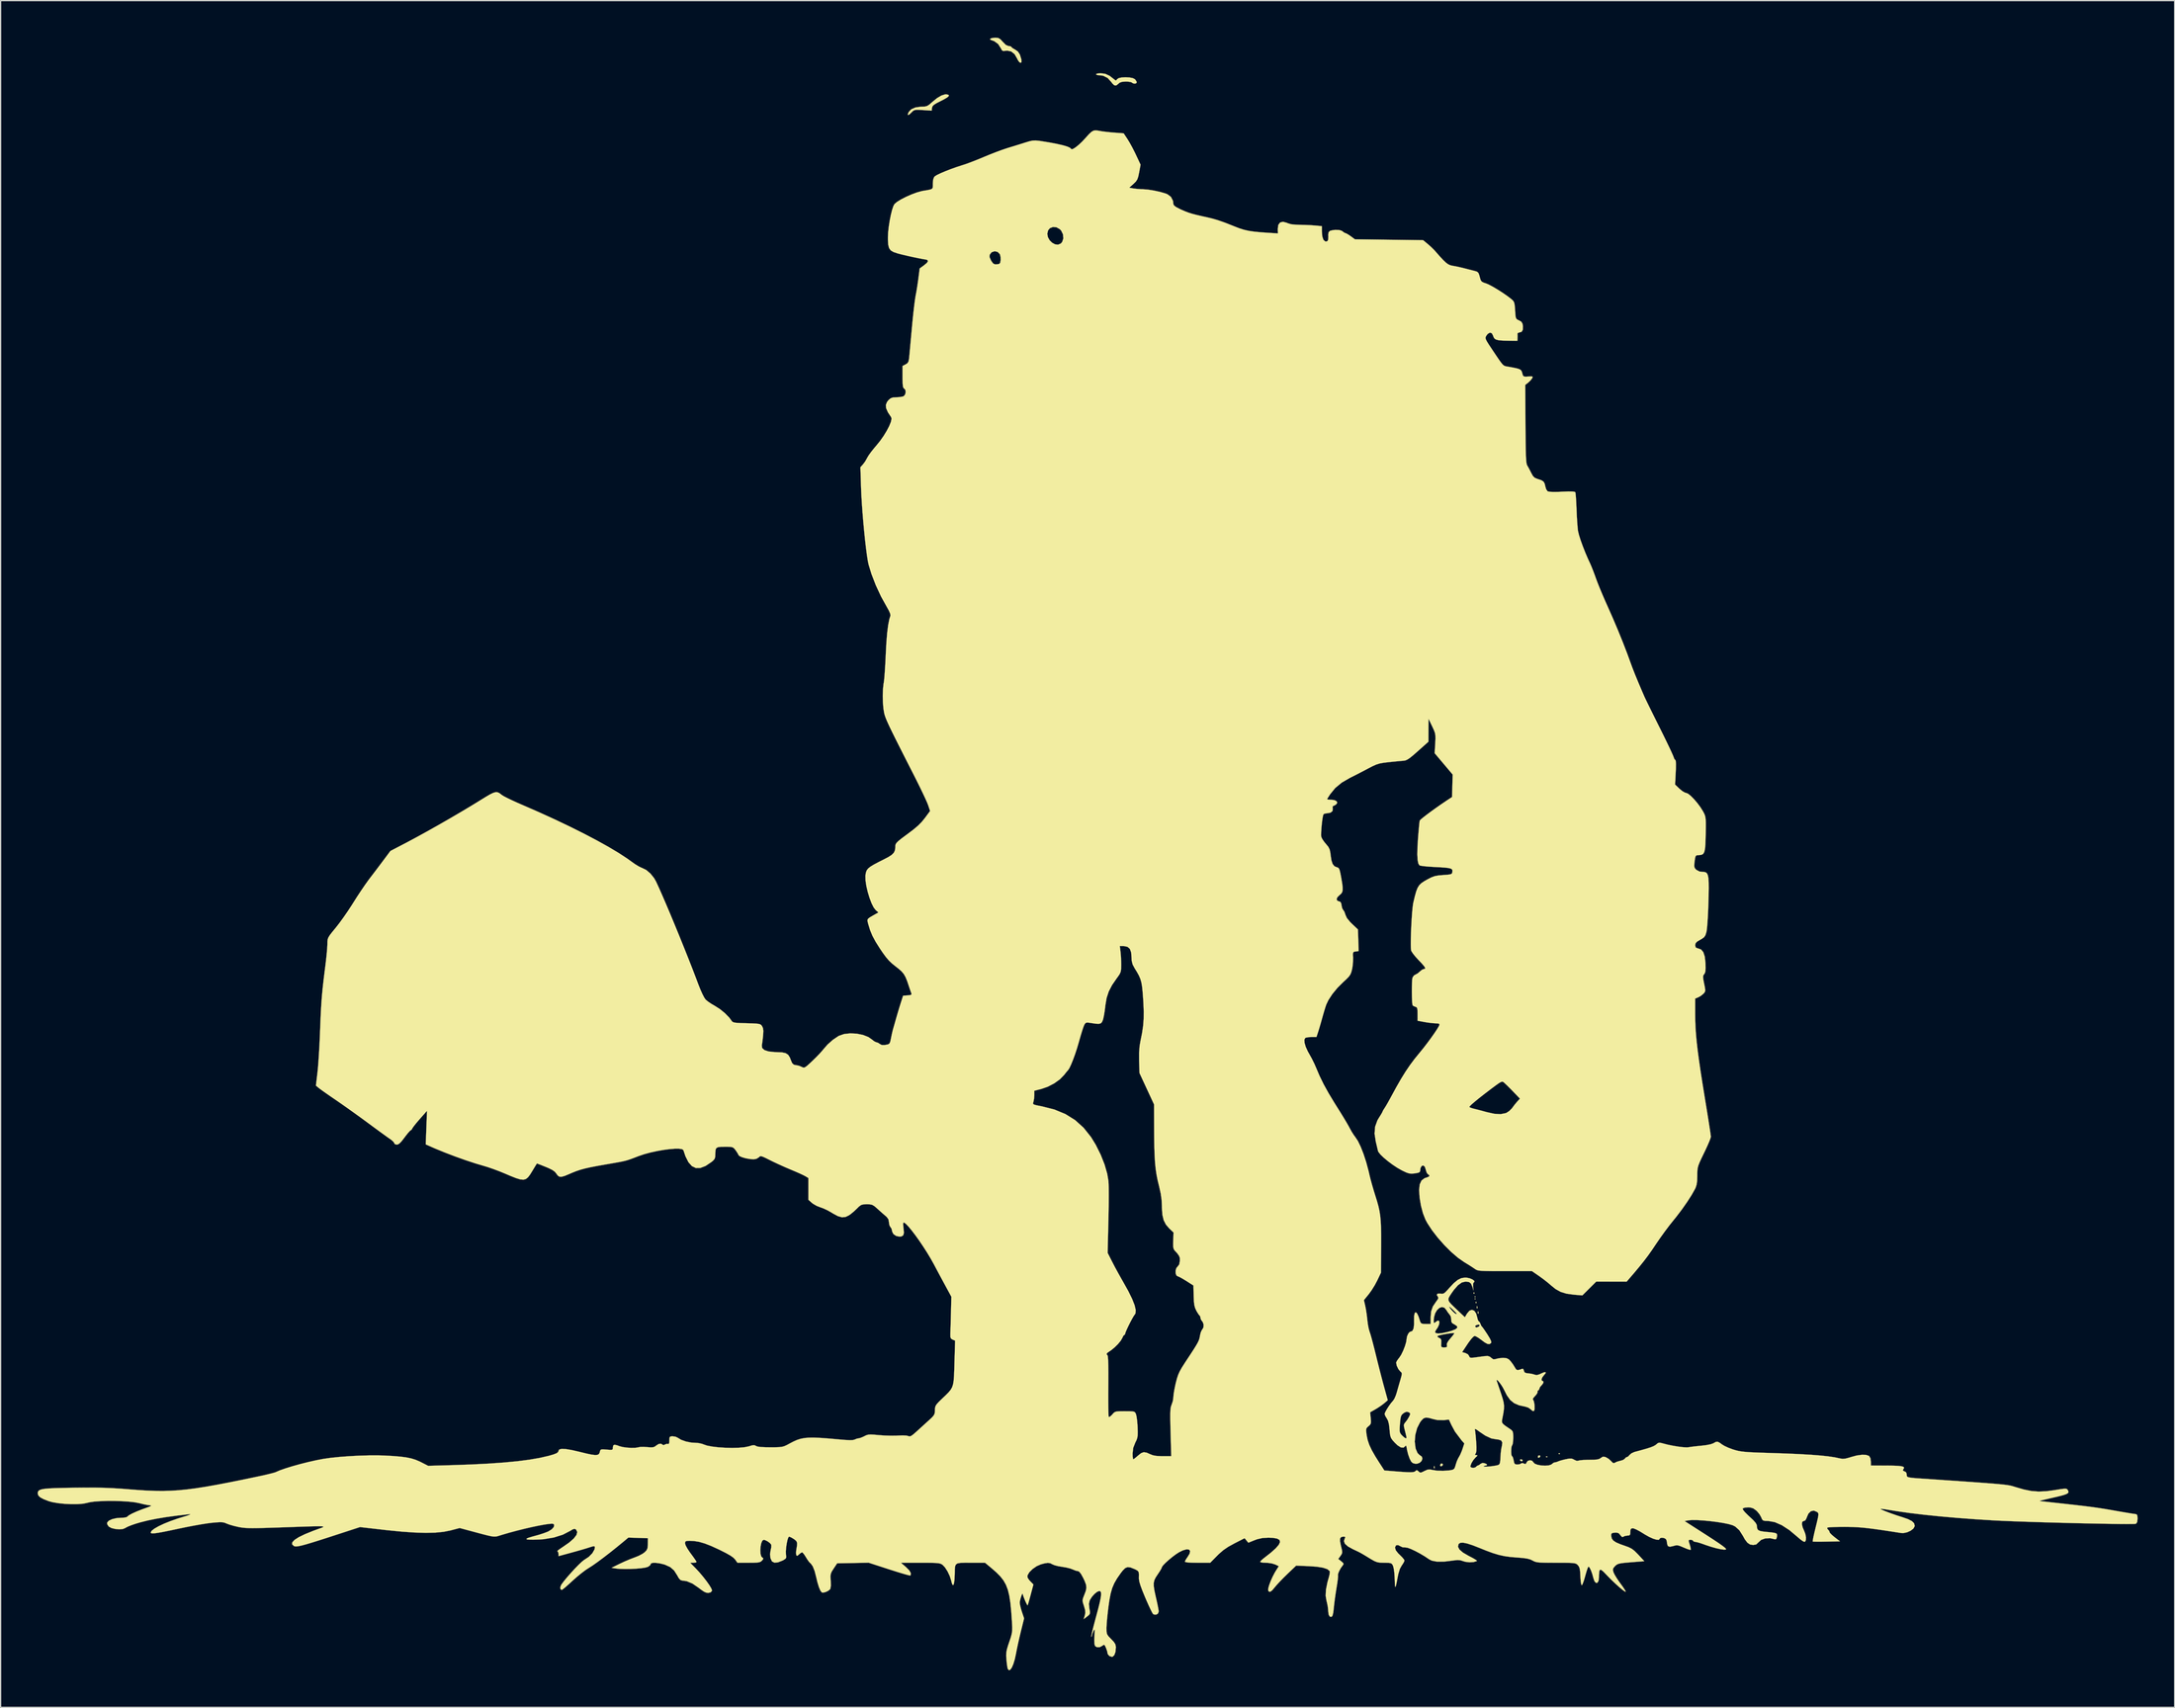
<source format=kicad_pcb>
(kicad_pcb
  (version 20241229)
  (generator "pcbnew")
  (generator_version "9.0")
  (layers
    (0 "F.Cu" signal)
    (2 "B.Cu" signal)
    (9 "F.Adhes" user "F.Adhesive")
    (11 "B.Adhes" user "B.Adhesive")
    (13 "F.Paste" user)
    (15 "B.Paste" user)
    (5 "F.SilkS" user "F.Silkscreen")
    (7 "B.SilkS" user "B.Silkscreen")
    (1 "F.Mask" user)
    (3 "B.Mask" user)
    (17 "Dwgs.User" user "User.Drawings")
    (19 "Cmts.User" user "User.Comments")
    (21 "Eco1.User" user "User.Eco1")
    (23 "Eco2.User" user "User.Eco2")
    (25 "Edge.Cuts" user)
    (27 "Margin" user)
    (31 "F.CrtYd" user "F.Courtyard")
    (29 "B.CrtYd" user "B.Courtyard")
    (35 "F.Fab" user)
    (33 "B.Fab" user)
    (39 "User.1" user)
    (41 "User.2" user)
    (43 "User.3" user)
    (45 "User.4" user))
  (footprint "ColossusLogo2"
    (layer "F.Cu")
    (at 85.01 66.128)
    (property "Reference" "ColossusLogo2" (at 0 0 0) (layer "F.SilkS") (effects (font (size 1.524 1.524) (thickness 0.3))))
    (attr through_hole)
    (fp_poly (pts (xy 31.411 35.856) (xy 31.369 35.899) (xy 31.327 35.856) (xy 31.369 35.814) (xy 31.411 35.856)) (stroke (width 0.01) (type solid)) (fill yes) (layer "F.SilkS"))
    (fp_poly (pts (xy 31.411 36.026) (xy 31.369 36.068) (xy 31.327 36.026) (xy 31.369 35.983) (xy 31.411 36.026)) (stroke (width 0.01) (type solid)) (fill yes) (layer "F.SilkS"))
    (fp_poly (pts (xy 28.083 49.599) (xy 28.093 49.731) (xy 28.076 49.761) (xy 28.037 49.736) (xy 28.031 49.65) (xy 28.052 49.56) (xy 28.083 49.599)) (stroke (width 0.01) (type solid)) (fill yes) (layer "F.SilkS"))
    (fp_poly (pts (xy 31.298 35.504) (xy 31.309 35.604) (xy 31.298 35.616) (xy 31.248 35.605) (xy 31.242 35.56) (xy 31.273 35.49) (xy 31.298 35.504)) (stroke (width 0.01) (type solid)) (fill yes) (layer "F.SilkS"))
    (fp_poly (pts (xy 31.468 36.266) (xy 31.478 36.366) (xy 31.468 36.378) (xy 31.417 36.367) (xy 31.411 36.322) (xy 31.442 36.252) (xy 31.468 36.266)) (stroke (width 0.01) (type solid)) (fill yes) (layer "F.SilkS"))
    (fp_poly (pts (xy 31.554 36.645) (xy 31.564 36.777) (xy 31.547 36.807) (xy 31.509 36.782) (xy 31.503 36.696) (xy 31.523 36.606) (xy 31.554 36.645)) (stroke (width 0.01) (type solid)) (fill yes) (layer "F.SilkS"))
    (fp_poly (pts (xy 31.639 37.068) (xy 31.649 37.2) (xy 31.632 37.23) (xy 31.593 37.205) (xy 31.587 37.119) (xy 31.608 37.029) (xy 31.639 37.068)) (stroke (width 0.01) (type solid)) (fill yes) (layer "F.SilkS"))
    (fp_poly (pts (xy 37.225 48.796) (xy 37.213 48.847) (xy 37.169 48.853) (xy 37.099 48.822) (xy 37.112 48.796) (xy 37.213 48.786) (xy 37.225 48.796)) (stroke (width 0.01) (type solid)) (fill yes) (layer "F.SilkS"))
    (fp_poly (pts (xy 38.241 48.542) (xy 38.229 48.593) (xy 38.185 48.599) (xy 38.115 48.568) (xy 38.128 48.542) (xy 38.229 48.532) (xy 38.241 48.542)) (stroke (width 0.01) (type solid)) (fill yes) (layer "F.SilkS"))
    (fp_poly (pts (xy 28.759 49.41) (xy 28.745 49.512) (xy 28.633 49.595) (xy 28.547 49.558) (xy 28.533 49.495) (xy 28.601 49.378) (xy 28.667 49.361) (xy 28.759 49.41)) (stroke (width 0.01) (type solid)) (fill yes) (layer "F.SilkS"))
    (fp_poly (pts (xy 36.648 48.785) (xy 36.601 48.861) (xy 36.495 48.903) (xy 36.457 48.866) (xy 36.465 48.751) (xy 36.496 48.723) (xy 36.616 48.703) (xy 36.648 48.785)) (stroke (width 0.01) (type solid)) (fill yes) (layer "F.SilkS"))
    (fp_poly (pts (xy 35.205 49.066) (xy 35.221 49.107) (xy 35.161 49.189) (xy 35.142 49.191) (xy 35.027 49.13) (xy 35.01 49.107) (xy 35.029 49.034) (xy 35.089 49.022) (xy 35.205 49.066)) (stroke (width 0.01) (type solid)) (fill yes) (layer "F.SilkS"))
    (fp_poly (pts (xy -11.412 -61.537) (xy -11.253 -61.488) (xy -11.236 -61.406) (xy -11.367 -61.285) (xy -11.65 -61.119) (xy -11.88 -61.002) (xy -12.22 -60.829) (xy -12.432 -60.698) (xy -12.547 -60.586) (xy -12.595 -60.469) (xy -12.599 -60.44) (xy -12.625 -60.217) (xy -13.333 -60.262) (xy -13.682 -60.28) (xy -13.907 -60.278) (xy -14.051 -60.245) (xy -14.158 -60.174) (xy -14.248 -60.083) (xy -14.433 -59.907) (xy -14.54 -59.861) (xy -14.563 -59.907) (xy -14.527 -60.012) (xy -14.475 -60.118) (xy -14.272 -60.33) (xy -13.941 -60.474) (xy -13.517 -60.535) (xy -13.44 -60.537) (xy -13.179 -60.547) (xy -12.99 -60.596) (xy -12.809 -60.713) (xy -12.587 -60.909) (xy -12.198 -61.228) (xy -11.836 -61.443) (xy -11.53 -61.538) (xy -11.412 -61.537)) (stroke (width 0.01) (type solid)) (fill yes) (layer "F.SilkS"))
    (fp_poly (pts (xy -7.235 -66.1) (xy -7.067 -66.003) (xy -6.878 -65.798) (xy -6.868 -65.786) (xy -6.622 -65.538) (xy -6.406 -65.448) (xy -6.388 -65.447) (xy -6.231 -65.423) (xy -6.181 -65.378) (xy -6.112 -65.301) (xy -5.94 -65.196) (xy -5.882 -65.167) (xy -5.648 -65.005) (xy -5.486 -64.758) (xy -5.373 -64.388) (xy -5.36 -64.326) (xy -5.356 -64.143) (xy -5.424 -64.087) (xy -5.534 -64.149) (xy -5.655 -64.32) (xy -5.701 -64.422) (xy -5.911 -64.787) (xy -6.185 -65.008) (xy -6.509 -65.076) (xy -6.609 -65.066) (xy -6.82 -65.045) (xy -6.934 -65.098) (xy -7.02 -65.26) (xy -7.022 -65.264) (xy -7.245 -65.612) (xy -7.565 -65.846) (xy -7.743 -65.908) (xy -7.889 -65.969) (xy -7.889 -66.035) (xy -7.761 -66.091) (xy -7.527 -66.121) (xy -7.444 -66.123) (xy -7.235 -66.1)) (stroke (width 0.01) (type solid)) (fill yes) (layer "F.SilkS"))
    (fp_poly (pts (xy 1.43 -63.198) (xy 1.776 -63.038) (xy 2.102 -62.786) (xy 2.243 -62.674) (xy 2.321 -62.673) (xy 2.381 -62.76) (xy 2.516 -62.85) (xy 2.763 -62.904) (xy 3.071 -62.921) (xy 3.387 -62.903) (xy 3.659 -62.849) (xy 3.833 -62.759) (xy 3.839 -62.752) (xy 3.948 -62.595) (xy 3.979 -62.498) (xy 3.913 -62.421) (xy 3.77 -62.403) (xy 3.633 -62.447) (xy 3.598 -62.484) (xy 3.491 -62.532) (xy 3.271 -62.562) (xy 3.098 -62.569) (xy 2.789 -62.549) (xy 2.592 -62.48) (xy 2.498 -62.399) (xy 2.32 -62.257) (xy 2.161 -62.265) (xy 1.992 -62.428) (xy 1.928 -62.52) (xy 1.623 -62.859) (xy 1.255 -63.042) (xy 0.982 -63.077) (xy 0.783 -63.097) (xy 0.681 -63.149) (xy 0.677 -63.161) (xy 0.753 -63.212) (xy 0.945 -63.242) (xy 1.061 -63.246) (xy 1.43 -63.198)) (stroke (width 0.01) (type solid)) (fill yes) (layer "F.SilkS"))
    (fp_poly (pts (xy 0.893 -58.59) (xy 0.935 -58.581) (xy 1.193 -58.538) (xy 1.556 -58.492) (xy 1.96 -58.452) (xy 2.115 -58.439) (xy 2.917 -58.378) (xy 3.229 -57.906) (xy 3.405 -57.615) (xy 3.615 -57.233) (xy 3.824 -56.822) (xy 3.913 -56.636) (xy 4.286 -55.838) (xy 4.171 -55.214) (xy 4.1 -54.876) (xy 4.021 -54.647) (xy 3.905 -54.472) (xy 3.724 -54.293) (xy 3.713 -54.283) (xy 3.37 -53.975) (xy 3.696 -53.916) (xy 3.984 -53.88) (xy 4.328 -53.856) (xy 4.461 -53.853) (xy 4.866 -53.823) (xy 5.344 -53.749) (xy 5.829 -53.645) (xy 6.252 -53.525) (xy 6.453 -53.449) (xy 6.742 -53.235) (xy 6.908 -52.916) (xy 6.943 -52.647) (xy 6.995 -52.535) (xy 7.166 -52.406) (xy 7.474 -52.246) (xy 7.556 -52.208) (xy 7.872 -52.069) (xy 8.161 -51.958) (xy 8.465 -51.862) (xy 8.829 -51.767) (xy 9.295 -51.66) (xy 9.567 -51.601) (xy 10.078 -51.48) (xy 10.573 -51.335) (xy 11.103 -51.15) (xy 11.72 -50.907) (xy 11.875 -50.844) (xy 12.282 -50.686) (xy 12.662 -50.567) (xy 13.058 -50.478) (xy 13.512 -50.412) (xy 14.066 -50.36) (xy 14.499 -50.33) (xy 15.409 -50.272) (xy 15.395 -50.632) (xy 15.436 -50.959) (xy 15.581 -51.155) (xy 15.818 -51.215) (xy 16.133 -51.13) (xy 16.202 -51.096) (xy 16.469 -51.016) (xy 16.881 -50.974) (xy 17.134 -50.969) (xy 17.56 -50.961) (xy 18.014 -50.941) (xy 18.394 -50.914) (xy 18.965 -50.86) (xy 18.965 -50.455) (xy 18.997 -50.037) (xy 19.089 -49.757) (xy 19.238 -49.624) (xy 19.302 -49.615) (xy 19.418 -49.648) (xy 19.477 -49.771) (xy 19.489 -50.014) (xy 19.482 -50.165) (xy 19.505 -50.362) (xy 19.622 -50.48) (xy 19.863 -50.54) (xy 20.042 -50.555) (xy 20.368 -50.549) (xy 20.578 -50.482) (xy 20.641 -50.435) (xy 20.792 -50.325) (xy 20.881 -50.292) (xy 20.993 -50.245) (xy 21.184 -50.127) (xy 21.302 -50.044) (xy 21.64 -49.795) (xy 24.401 -49.759) (xy 27.162 -49.724) (xy 27.53 -49.42) (xy 27.792 -49.189) (xy 28.043 -48.943) (xy 28.14 -48.837) (xy 28.504 -48.422) (xy 28.784 -48.12) (xy 29.003 -47.911) (xy 29.184 -47.777) (xy 29.35 -47.699) (xy 29.523 -47.656) (xy 29.549 -47.652) (xy 29.841 -47.599) (xy 30.206 -47.519) (xy 30.48 -47.452) (xy 30.821 -47.364) (xy 31.144 -47.282) (xy 31.34 -47.233) (xy 31.531 -47.17) (xy 31.642 -47.067) (xy 31.716 -46.871) (xy 31.746 -46.752) (xy 31.817 -46.504) (xy 31.91 -46.366) (xy 32.079 -46.28) (xy 32.229 -46.233) (xy 32.469 -46.133) (xy 32.805 -45.955) (xy 33.196 -45.723) (xy 33.604 -45.462) (xy 33.987 -45.197) (xy 34.308 -44.951) (xy 34.324 -44.938) (xy 34.448 -44.822) (xy 34.525 -44.695) (xy 34.57 -44.513) (xy 34.599 -44.23) (xy 34.611 -44.038) (xy 34.633 -43.695) (xy 34.661 -43.482) (xy 34.711 -43.359) (xy 34.798 -43.286) (xy 34.926 -43.227) (xy 35.118 -43.116) (xy 35.211 -42.952) (xy 35.242 -42.786) (xy 35.239 -42.476) (xy 35.135 -42.299) (xy 34.953 -42.249) (xy 34.826 -42.204) (xy 34.804 -42.143) (xy 34.811 -41.982) (xy 34.808 -41.804) (xy 34.798 -41.571) (xy 34.057 -41.58) (xy 33.593 -41.591) (xy 33.27 -41.62) (xy 33.058 -41.675) (xy 32.929 -41.766) (xy 32.854 -41.902) (xy 32.83 -41.982) (xy 32.725 -42.184) (xy 32.571 -42.235) (xy 32.396 -42.135) (xy 32.282 -41.986) (xy 32.232 -41.891) (xy 32.216 -41.799) (xy 32.246 -41.681) (xy 32.334 -41.51) (xy 32.491 -41.258) (xy 32.731 -40.898) (xy 32.767 -40.843) (xy 33.072 -40.388) (xy 33.299 -40.054) (xy 33.467 -39.82) (xy 33.591 -39.669) (xy 33.69 -39.579) (xy 33.781 -39.531) (xy 33.88 -39.506) (xy 33.951 -39.494) (xy 34.411 -39.412) (xy 34.732 -39.346) (xy 34.941 -39.282) (xy 35.067 -39.209) (xy 35.138 -39.114) (xy 35.181 -38.986) (xy 35.188 -38.957) (xy 35.241 -38.774) (xy 35.316 -38.688) (xy 35.465 -38.668) (xy 35.673 -38.68) (xy 35.915 -38.692) (xy 36.021 -38.674) (xy 36.026 -38.61) (xy 35.991 -38.538) (xy 35.861 -38.366) (xy 35.672 -38.188) (xy 35.666 -38.183) (xy 35.433 -38) (xy 35.45 -34.836) (xy 35.456 -33.994) (xy 35.463 -33.305) (xy 35.472 -32.754) (xy 35.484 -32.325) (xy 35.5 -32.002) (xy 35.519 -31.769) (xy 35.544 -31.61) (xy 35.574 -31.511) (xy 35.591 -31.478) (xy 35.701 -31.287) (xy 35.84 -31.021) (xy 35.91 -30.88) (xy 36.052 -30.624) (xy 36.202 -30.477) (xy 36.416 -30.387) (xy 36.446 -30.379) (xy 36.745 -30.277) (xy 36.919 -30.159) (xy 37.012 -29.984) (xy 37.054 -29.789) (xy 37.128 -29.543) (xy 37.242 -29.387) (xy 37.258 -29.377) (xy 37.41 -29.346) (xy 37.698 -29.332) (xy 38.093 -29.336) (xy 38.42 -29.35) (xy 38.92 -29.369) (xy 39.267 -29.364) (xy 39.453 -29.336) (xy 39.483 -29.317) (xy 39.505 -29.205) (xy 39.529 -28.956) (xy 39.553 -28.601) (xy 39.574 -28.171) (xy 39.584 -27.928) (xy 39.605 -27.432) (xy 39.633 -26.955) (xy 39.664 -26.543) (xy 39.694 -26.238) (xy 39.705 -26.162) (xy 39.779 -25.854) (xy 39.911 -25.433) (xy 40.089 -24.94) (xy 40.295 -24.415) (xy 40.517 -23.898) (xy 40.665 -23.58) (xy 40.784 -23.307) (xy 40.932 -22.937) (xy 41.084 -22.531) (xy 41.147 -22.352) (xy 41.276 -22.006) (xy 41.458 -21.55) (xy 41.677 -21.028) (xy 41.912 -20.483) (xy 42.099 -20.066) (xy 42.516 -19.124) (xy 42.934 -18.139) (xy 43.33 -17.163) (xy 43.684 -16.246) (xy 43.912 -15.621) (xy 44.098 -15.113) (xy 44.321 -14.544) (xy 44.592 -13.888) (xy 44.92 -13.118) (xy 45.083 -12.742) (xy 45.159 -12.579) (xy 45.3 -12.287) (xy 45.494 -11.891) (xy 45.73 -11.412) (xy 45.996 -10.875) (xy 46.282 -10.302) (xy 46.311 -10.245) (xy 46.593 -9.677) (xy 46.851 -9.148) (xy 47.076 -8.681) (xy 47.256 -8.296) (xy 47.382 -8.016) (xy 47.443 -7.863) (xy 47.446 -7.853) (xy 47.511 -7.684) (xy 47.584 -7.62) (xy 47.617 -7.538) (xy 47.632 -7.303) (xy 47.628 -6.93) (xy 47.615 -6.625) (xy 47.564 -5.63) (xy 47.917 -5.292) (xy 48.153 -5.097) (xy 48.365 -4.976) (xy 48.462 -4.953) (xy 48.617 -4.887) (xy 48.837 -4.709) (xy 49.095 -4.448) (xy 49.362 -4.135) (xy 49.612 -3.8) (xy 49.818 -3.472) (xy 49.829 -3.451) (xy 49.912 -3.296) (xy 49.972 -3.157) (xy 50.014 -3.006) (xy 50.039 -2.817) (xy 50.051 -2.562) (xy 50.052 -2.212) (xy 50.044 -1.741) (xy 50.035 -1.312) (xy 50.018 -0.792) (xy 49.985 -0.418) (xy 49.928 -0.167) (xy 49.838 -0.015) (xy 49.705 0.061) (xy 49.521 0.084) (xy 49.486 0.085) (xy 49.319 0.096) (xy 49.231 0.162) (xy 49.183 0.326) (xy 49.161 0.477) (xy 49.121 0.793) (xy 49.116 0.99) (xy 49.151 1.119) (xy 49.235 1.228) (xy 49.276 1.27) (xy 49.534 1.411) (xy 49.774 1.439) (xy 49.934 1.449) (xy 50.06 1.488) (xy 50.154 1.576) (xy 50.221 1.73) (xy 50.263 1.968) (xy 50.284 2.308) (xy 50.288 2.768) (xy 50.278 3.365) (xy 50.263 3.923) (xy 50.242 4.522) (xy 50.215 5.083) (xy 50.183 5.577) (xy 50.149 5.974) (xy 50.115 6.243) (xy 50.102 6.308) (xy 50.021 6.571) (xy 49.909 6.738) (xy 49.715 6.877) (xy 49.594 6.943) (xy 49.349 7.089) (xy 49.227 7.217) (xy 49.192 7.368) (xy 49.192 7.382) (xy 49.226 7.557) (xy 49.365 7.628) (xy 49.416 7.636) (xy 49.668 7.728) (xy 49.849 7.945) (xy 49.965 8.299) (xy 50.023 8.8) (xy 50.026 8.858) (xy 50.034 9.239) (xy 50.018 9.49) (xy 49.974 9.648) (xy 49.921 9.725) (xy 49.855 9.818) (xy 49.829 9.932) (xy 49.843 10.113) (xy 49.897 10.405) (xy 49.916 10.495) (xy 49.98 10.814) (xy 50.004 11.013) (xy 49.988 11.14) (xy 49.926 11.239) (xy 49.864 11.308) (xy 49.644 11.488) (xy 49.437 11.603) (xy 49.191 11.705) (xy 49.191 13.013) (xy 49.198 13.527) (xy 49.219 14.052) (xy 49.256 14.607) (xy 49.312 15.212) (xy 49.389 15.885) (xy 49.49 16.644) (xy 49.615 17.509) (xy 49.769 18.498) (xy 49.952 19.631) (xy 49.994 19.892) (xy 50.105 20.57) (xy 50.207 21.2) (xy 50.296 21.761) (xy 50.369 22.233) (xy 50.423 22.594) (xy 50.454 22.825) (xy 50.461 22.897) (xy 50.425 23.033) (xy 50.327 23.288) (xy 50.179 23.63) (xy 49.995 24.028) (xy 49.911 24.202) (xy 49.698 24.642) (xy 49.549 24.967) (xy 49.452 25.215) (xy 49.396 25.424) (xy 49.369 25.631) (xy 49.361 25.873) (xy 49.361 26.047) (xy 49.349 26.463) (xy 49.308 26.767) (xy 49.229 27.015) (xy 49.181 27.118) (xy 48.908 27.605) (xy 48.545 28.171) (xy 48.122 28.775) (xy 47.667 29.375) (xy 47.411 29.691) (xy 47.098 30.084) (xy 46.737 30.564) (xy 46.37 31.074) (xy 46.038 31.557) (xy 45.994 31.623) (xy 45.681 32.088) (xy 45.376 32.518) (xy 45.053 32.945) (xy 44.686 33.403) (xy 44.249 33.927) (xy 43.857 34.384) (xy 43.646 34.63) (xy 41.179 34.629) (xy 40.617 35.188) (xy 40.055 35.748) (xy 39.352 35.688) (xy 38.769 35.607) (xy 38.298 35.463) (xy 37.886 35.234) (xy 37.531 34.947) (xy 37.252 34.708) (xy 36.905 34.436) (xy 36.562 34.186) (xy 36.551 34.179) (xy 35.975 33.782) (xy 33.79 33.782) (xy 33.126 33.782) (xy 32.61 33.779) (xy 32.219 33.773) (xy 31.932 33.762) (xy 31.727 33.743) (xy 31.582 33.716) (xy 31.476 33.677) (xy 31.386 33.626) (xy 31.318 33.578) (xy 31.097 33.43) (xy 30.795 33.239) (xy 30.484 33.049) (xy 29.979 32.696) (xy 29.434 32.226) (xy 28.881 31.674) (xy 28.353 31.077) (xy 27.883 30.47) (xy 27.503 29.889) (xy 27.346 29.596) (xy 27.148 29.089) (xy 26.988 28.481) (xy 26.88 27.84) (xy 26.839 27.232) (xy 26.839 27.211) (xy 26.886 26.761) (xy 27.03 26.445) (xy 27.277 26.254) (xy 27.433 26.204) (xy 27.628 26.129) (xy 27.68 26.035) (xy 27.577 25.946) (xy 27.559 25.938) (xy 27.464 25.83) (xy 27.39 25.621) (xy 27.378 25.56) (xy 27.296 25.32) (xy 27.173 25.223) (xy 27.047 25.263) (xy 26.952 25.431) (xy 26.924 25.655) (xy 26.89 25.753) (xy 26.762 25.817) (xy 26.505 25.863) (xy 26.479 25.867) (xy 26.234 25.887) (xy 26.031 25.869) (xy 25.811 25.797) (xy 25.515 25.658) (xy 25.437 25.619) (xy 25.07 25.41) (xy 24.684 25.154) (xy 24.31 24.873) (xy 23.975 24.594) (xy 23.71 24.338) (xy 23.545 24.131) (xy 23.507 24.045) (xy 23.463 23.853) (xy 23.395 23.563) (xy 23.328 23.283) (xy 23.232 22.645) (xy 23.276 22.082) (xy 23.463 21.566) (xy 23.586 21.358) (xy 23.737 21.119) (xy 23.842 20.939) (xy 23.876 20.864) (xy 23.92 20.765) (xy 24.027 20.597) (xy 24.034 20.587) (xy 24.1 20.483) (xy 30.903 20.483) (xy 30.978 20.534) (xy 31.168 20.599) (xy 31.305 20.634) (xy 31.602 20.708) (xy 31.974 20.807) (xy 32.3 20.897) (xy 32.925 21.037) (xy 33.438 21.065) (xy 33.854 20.982) (xy 33.899 20.965) (xy 34.136 20.813) (xy 34.351 20.596) (xy 34.376 20.562) (xy 34.566 20.306) (xy 34.769 20.063) (xy 34.786 20.044) (xy 35 19.811) (xy 34.708 19.504) (xy 34.303 19.083) (xy 33.964 18.744) (xy 33.719 18.515) (xy 33.642 18.455) (xy 33.565 18.434) (xy 33.459 18.464) (xy 33.3 18.556) (xy 33.062 18.724) (xy 32.717 18.981) (xy 32.668 19.018) (xy 32.157 19.407) (xy 31.713 19.755) (xy 31.352 20.05) (xy 31.087 20.279) (xy 30.935 20.43) (xy 30.903 20.483) (xy 24.1 20.483) (xy 24.146 20.41) (xy 24.307 20.132) (xy 24.488 19.805) (xy 24.553 19.685) (xy 24.99 18.882) (xy 25.38 18.202) (xy 25.744 17.614) (xy 26.102 17.087) (xy 26.475 16.587) (xy 26.883 16.087) (xy 27.177 15.726) (xy 27.485 15.327) (xy 27.785 14.921) (xy 28.057 14.537) (xy 28.278 14.206) (xy 28.427 13.958) (xy 28.472 13.864) (xy 28.483 13.77) (xy 28.397 13.726) (xy 28.181 13.712) (xy 28.17 13.712) (xy 27.89 13.693) (xy 27.533 13.649) (xy 27.263 13.604) (xy 26.712 13.501) (xy 26.712 12.954) (xy 26.706 12.654) (xy 26.68 12.483) (xy 26.621 12.402) (xy 26.543 12.375) (xy 26.373 12.304) (xy 26.311 12.246) (xy 26.286 12.124) (xy 26.268 11.875) (xy 26.255 11.538) (xy 26.25 11.157) (xy 26.252 10.771) (xy 26.262 10.422) (xy 26.279 10.151) (xy 26.299 10.015) (xy 26.414 9.84) (xy 26.531 9.77) (xy 26.719 9.667) (xy 26.899 9.513) (xy 27.068 9.373) (xy 27.215 9.313) (xy 27.216 9.313) (xy 27.317 9.292) (xy 27.327 9.217) (xy 27.237 9.073) (xy 27.038 8.843) (xy 26.796 8.59) (xy 26.546 8.316) (xy 26.341 8.061) (xy 26.214 7.866) (xy 26.191 7.808) (xy 26.17 7.62) (xy 26.163 7.298) (xy 26.167 6.874) (xy 26.18 6.382) (xy 26.202 5.855) (xy 26.231 5.328) (xy 26.265 4.834) (xy 26.302 4.407) (xy 26.342 4.08) (xy 26.368 3.937) (xy 26.493 3.413) (xy 26.602 3.024) (xy 26.714 2.739) (xy 26.846 2.528) (xy 27.017 2.359) (xy 27.247 2.203) (xy 27.517 2.049) (xy 27.83 1.888) (xy 28.102 1.788) (xy 28.403 1.731) (xy 28.787 1.698) (xy 29.136 1.673) (xy 29.35 1.644) (xy 29.465 1.601) (xy 29.514 1.529) (xy 29.532 1.429) (xy 29.534 1.317) (xy 29.495 1.234) (xy 29.392 1.173) (xy 29.204 1.129) (xy 28.908 1.095) (xy 28.481 1.067) (xy 28.067 1.046) (xy 27.646 1.02) (xy 27.283 0.988) (xy 27.014 0.952) (xy 26.872 0.918) (xy 26.865 0.913) (xy 26.772 0.759) (xy 26.715 0.467) (xy 26.693 0.03) (xy 26.705 -0.559) (xy 26.748 -1.257) (xy 26.785 -1.721) (xy 26.821 -2.131) (xy 26.853 -2.454) (xy 26.877 -2.659) (xy 26.887 -2.709) (xy 26.966 -2.798) (xy 27.162 -2.963) (xy 27.451 -3.187) (xy 27.808 -3.453) (xy 28.21 -3.743) (xy 28.632 -4.038) (xy 29.051 -4.322) (xy 29.21 -4.427) (xy 29.506 -4.621) (xy 29.53 -5.531) (xy 29.554 -6.441) (xy 28.825 -7.306) (xy 28.096 -8.17) (xy 28.143 -8.952) (xy 28.162 -9.327) (xy 28.158 -9.592) (xy 28.122 -9.807) (xy 28.042 -10.029) (xy 27.908 -10.319) (xy 27.895 -10.346) (xy 27.601 -10.96) (xy 27.597 -10.031) (xy 27.594 -9.102) (xy 26.741 -8.34) (xy 26.375 -8.019) (xy 26.104 -7.798) (xy 25.899 -7.66) (xy 25.736 -7.586) (xy 25.586 -7.559) (xy 25.581 -7.558) (xy 25.365 -7.541) (xy 25.034 -7.51) (xy 24.64 -7.471) (xy 24.384 -7.445) (xy 23.965 -7.395) (xy 23.649 -7.338) (xy 23.374 -7.253) (xy 23.078 -7.122) (xy 22.699 -6.926) (xy 22.691 -6.921) (xy 22.266 -6.697) (xy 21.808 -6.46) (xy 21.391 -6.249) (xy 21.234 -6.17) (xy 20.571 -5.786) (xy 20.046 -5.349) (xy 19.641 -4.853) (xy 19.5 -4.637) (xy 19.408 -4.485) (xy 19.389 -4.441) (xy 19.464 -4.417) (xy 19.651 -4.403) (xy 19.717 -4.403) (xy 19.988 -4.367) (xy 20.16 -4.276) (xy 20.21 -4.151) (xy 20.115 -4.016) (xy 20.11 -4.013) (xy 19.953 -3.92) (xy 19.871 -3.895) (xy 19.831 -3.825) (xy 19.846 -3.686) (xy 19.827 -3.485) (xy 19.665 -3.352) (xy 19.375 -3.302) (xy 19.357 -3.302) (xy 19.176 -3.272) (xy 19.094 -3.219) (xy 19.051 -3.077) (xy 19.006 -2.814) (xy 18.964 -2.478) (xy 18.93 -2.119) (xy 18.909 -1.783) (xy 18.904 -1.519) (xy 18.916 -1.393) (xy 19.004 -1.208) (xy 19.169 -0.97) (xy 19.295 -0.82) (xy 19.487 -0.586) (xy 19.596 -0.369) (xy 19.654 -0.092) (xy 19.67 0.055) (xy 19.737 0.501) (xy 19.836 0.803) (xy 19.981 0.983) (xy 20.152 1.059) (xy 20.265 1.094) (xy 20.344 1.165) (xy 20.404 1.305) (xy 20.463 1.548) (xy 20.522 1.858) (xy 20.605 2.339) (xy 20.648 2.686) (xy 20.648 2.929) (xy 20.604 3.099) (xy 20.512 3.225) (xy 20.405 3.315) (xy 20.216 3.502) (xy 20.156 3.67) (xy 20.23 3.789) (xy 20.341 3.825) (xy 20.479 3.884) (xy 20.544 4.04) (xy 20.558 4.149) (xy 20.605 4.373) (xy 20.686 4.523) (xy 20.695 4.531) (xy 20.787 4.668) (xy 20.865 4.887) (xy 20.87 4.912) (xy 20.991 5.181) (xy 21.252 5.5) (xy 21.411 5.657) (xy 21.886 6.107) (xy 21.944 7.861) (xy 21.703 7.889) (xy 21.565 7.914) (xy 21.497 7.977) (xy 21.48 8.123) (xy 21.493 8.37) (xy 21.489 8.723) (xy 21.448 9.12) (xy 21.411 9.325) (xy 21.349 9.569) (xy 21.269 9.759) (xy 21.144 9.936) (xy 20.942 10.143) (xy 20.694 10.37) (xy 20.226 10.837) (xy 19.816 11.336) (xy 19.496 11.825) (xy 19.321 12.192) (xy 19.248 12.409) (xy 19.149 12.732) (xy 19.041 13.104) (xy 19.001 13.25) (xy 18.89 13.645) (xy 18.778 14.03) (xy 18.684 14.34) (xy 18.66 14.415) (xy 18.528 14.817) (xy 18.133 14.818) (xy 17.871 14.834) (xy 17.671 14.872) (xy 17.623 14.892) (xy 17.548 15.034) (xy 17.562 15.284) (xy 17.657 15.612) (xy 17.827 15.987) (xy 17.948 16.201) (xy 18.154 16.573) (xy 18.364 17) (xy 18.502 17.318) (xy 18.784 17.978) (xy 19.112 18.648) (xy 19.506 19.362) (xy 19.985 20.156) (xy 20.19 20.483) (xy 20.47 20.928) (xy 20.736 21.362) (xy 20.966 21.748) (xy 21.139 22.05) (xy 21.209 22.183) (xy 21.376 22.485) (xy 21.554 22.765) (xy 21.657 22.902) (xy 21.879 23.235) (xy 22.109 23.708) (xy 22.338 24.292) (xy 22.555 24.957) (xy 22.748 25.677) (xy 22.82 25.993) (xy 22.904 26.335) (xy 23.025 26.777) (xy 23.165 27.257) (xy 23.286 27.648) (xy 23.429 28.108) (xy 23.542 28.515) (xy 23.627 28.898) (xy 23.688 29.287) (xy 23.729 29.714) (xy 23.753 30.206) (xy 23.764 30.797) (xy 23.764 31.514) (xy 23.763 31.835) (xy 23.749 33.909) (xy 23.446 34.544) (xy 23.243 34.926) (xy 22.996 35.323) (xy 22.761 35.649) (xy 22.756 35.654) (xy 22.369 36.13) (xy 22.476 36.59) (xy 22.538 36.912) (xy 22.599 37.316) (xy 22.645 37.716) (xy 22.645 37.724) (xy 22.691 38.089) (xy 22.755 38.428) (xy 22.823 38.673) (xy 22.83 38.692) (xy 22.89 38.868) (xy 22.979 39.177) (xy 23.089 39.585) (xy 23.211 40.06) (xy 23.323 40.512) (xy 23.468 41.101) (xy 23.627 41.73) (xy 23.785 42.343) (xy 23.927 42.882) (xy 23.997 43.138) (xy 24.3 44.238) (xy 24.024 44.476) (xy 23.789 44.656) (xy 23.489 44.857) (xy 23.311 44.965) (xy 22.873 45.217) (xy 22.921 45.688) (xy 22.942 45.965) (xy 22.923 46.133) (xy 22.846 46.252) (xy 22.742 46.342) (xy 22.622 46.447) (xy 22.561 46.552) (xy 22.549 46.705) (xy 22.577 46.957) (xy 22.594 47.082) (xy 22.673 47.466) (xy 22.805 47.856) (xy 23.007 48.286) (xy 23.293 48.786) (xy 23.58 49.242) (xy 24.024 49.927) (xy 24.86 49.995) (xy 25.426 50.039) (xy 25.847 50.065) (xy 26.146 50.072) (xy 26.345 50.06) (xy 26.469 50.029) (xy 26.541 49.979) (xy 26.549 49.969) (xy 26.636 49.899) (xy 26.742 49.955) (xy 26.788 49.999) (xy 26.891 50.086) (xy 26.994 50.097) (xy 27.158 50.028) (xy 27.263 49.973) (xy 27.51 49.864) (xy 27.721 49.846) (xy 27.913 49.884) (xy 28.301 49.945) (xy 28.782 49.957) (xy 29.285 49.919) (xy 29.392 49.904) (xy 29.585 49.86) (xy 29.694 49.77) (xy 29.757 49.613) (xy 30.988 49.613) (xy 31.057 49.688) (xy 31.209 49.715) (xy 31.366 49.689) (xy 31.437 49.637) (xy 31.552 49.54) (xy 31.597 49.53) (xy 31.722 49.47) (xy 31.783 49.408) (xy 31.95 49.324) (xy 32.11 49.333) (xy 32.277 49.395) (xy 32.343 49.471) (xy 32.288 49.523) (xy 32.221 49.53) (xy 32.084 49.57) (xy 32.057 49.597) (xy 32.111 49.62) (xy 32.285 49.62) (xy 32.533 49.602) (xy 32.808 49.57) (xy 33.063 49.529) (xy 33.232 49.489) (xy 33.322 49.438) (xy 33.377 49.33) (xy 33.409 49.126) (xy 33.426 48.827) (xy 33.451 48.477) (xy 33.493 48.154) (xy 33.54 47.939) (xy 33.576 47.668) (xy 33.479 47.497) (xy 33.241 47.418) (xy 33.115 47.411) (xy 32.684 47.333) (xy 32.193 47.105) (xy 31.722 46.786) (xy 31.493 46.621) (xy 31.374 46.567) (xy 31.354 46.616) (xy 31.356 46.625) (xy 31.381 46.773) (xy 31.411 47.044) (xy 31.442 47.393) (xy 31.458 47.604) (xy 31.481 48.036) (xy 31.476 48.326) (xy 31.443 48.501) (xy 31.411 48.557) (xy 31.355 48.656) (xy 31.443 48.683) (xy 31.464 48.683) (xy 31.555 48.697) (xy 31.53 48.76) (xy 31.409 48.874) (xy 31.23 49.08) (xy 31.078 49.331) (xy 30.994 49.557) (xy 30.988 49.613) (xy 29.757 49.613) (xy 29.768 49.586) (xy 29.799 49.466) (xy 29.893 49.178) (xy 30.01 48.923) (xy 30.05 48.859) (xy 30.164 48.652) (xy 30.288 48.363) (xy 30.35 48.189) (xy 30.498 47.738) (xy 30.294 47.512) (xy 29.744 46.783) (xy 29.457 46.25) (xy 29.252 45.806) (xy 28.829 45.852) (xy 28.302 45.84) (xy 27.982 45.768) (xy 27.625 45.669) (xy 27.377 45.646) (xy 27.194 45.71) (xy 27.029 45.873) (xy 26.908 46.038) (xy 26.676 46.495) (xy 26.532 47.033) (xy 26.485 47.59) (xy 26.547 48.102) (xy 26.573 48.195) (xy 26.71 48.513) (xy 26.871 48.677) (xy 26.901 48.691) (xy 27.065 48.815) (xy 27.102 48.984) (xy 27.034 49.161) (xy 26.882 49.307) (xy 26.666 49.384) (xy 26.514 49.382) (xy 26.328 49.33) (xy 26.199 49.214) (xy 26.08 48.985) (xy 26.066 48.953) (xy 25.951 48.629) (xy 25.865 48.287) (xy 25.849 48.193) (xy 25.809 47.974) (xy 25.765 47.908) (xy 25.722 47.955) (xy 25.572 48.083) (xy 25.36 48.062) (xy 25.093 47.893) (xy 24.875 47.685) (xy 24.684 47.473) (xy 24.567 47.302) (xy 24.502 47.115) (xy 24.465 46.854) (xy 24.455 46.728) (xy 25.263 46.728) (xy 25.295 46.875) (xy 25.368 46.992) (xy 25.459 47.093) (xy 25.652 47.268) (xy 25.78 47.33) (xy 25.823 47.277) (xy 25.804 47.174) (xy 25.752 46.958) (xy 25.691 46.717) (xy 25.622 46.433) (xy 25.601 46.26) (xy 25.631 46.146) (xy 25.714 46.038) (xy 25.724 46.027) (xy 25.88 45.821) (xy 26.025 45.577) (xy 26.026 45.575) (xy 26.11 45.391) (xy 26.107 45.293) (xy 26.011 45.222) (xy 25.991 45.211) (xy 25.834 45.168) (xy 25.663 45.234) (xy 25.58 45.289) (xy 25.46 45.388) (xy 25.384 45.505) (xy 25.336 45.683) (xy 25.303 45.966) (xy 25.287 46.158) (xy 25.263 46.504) (xy 25.263 46.728) (xy 24.455 46.728) (xy 24.445 46.613) (xy 24.397 46.189) (xy 24.32 45.895) (xy 24.22 45.709) (xy 24.1 45.513) (xy 24.046 45.355) (xy 24.045 45.347) (xy 24.093 45.208) (xy 24.215 44.984) (xy 24.382 44.722) (xy 24.563 44.47) (xy 24.728 44.276) (xy 24.738 44.266) (xy 24.841 44.105) (xy 24.952 43.845) (xy 25.023 43.628) (xy 25.125 43.266) (xy 25.244 42.852) (xy 25.321 42.587) (xy 25.404 42.294) (xy 25.438 42.119) (xy 25.424 42.017) (xy 25.361 41.944) (xy 25.318 41.91) (xy 25.157 41.715) (xy 25.028 41.444) (xy 24.977 41.196) (xy 25.029 41.069) (xy 25.16 40.88) (xy 25.225 40.802) (xy 25.383 40.564) (xy 25.546 40.23) (xy 25.69 39.861) (xy 25.791 39.519) (xy 25.823 39.288) (xy 25.86 39.071) (xy 25.875 39.037) (xy 28.328 39.037) (xy 28.333 39.117) (xy 28.453 39.186) (xy 28.582 39.258) (xy 28.633 39.382) (xy 28.63 39.612) (xy 28.621 39.833) (xy 28.661 39.934) (xy 28.782 39.962) (xy 28.871 39.963) (xy 29.051 39.947) (xy 29.101 39.88) (xy 29.083 39.792) (xy 29.088 39.644) (xy 29.198 39.445) (xy 29.374 39.229) (xy 29.55 39.019) (xy 29.663 38.865) (xy 29.688 38.804) (xy 29.589 38.796) (xy 29.374 38.817) (xy 29.095 38.858) (xy 28.801 38.91) (xy 28.541 38.966) (xy 28.368 39.016) (xy 28.328 39.037) (xy 25.875 39.037) (xy 25.95 38.861) (xy 26.061 38.719) (xy 26.123 38.693) (xy 26.288 38.628) (xy 26.389 38.428) (xy 26.43 38.083) (xy 26.428 37.803) (xy 26.433 37.414) (xy 26.482 37.182) (xy 26.564 37.111) (xy 26.671 37.203) (xy 26.793 37.46) (xy 26.867 37.689) (xy 26.939 37.912) (xy 27.024 38.02) (xy 27.179 38.056) (xy 27.372 38.06) (xy 27.771 38.062) (xy 27.771 37.759) (xy 28.025 37.759) (xy 28.031 37.945) (xy 28.071 37.986) (xy 28.176 37.904) (xy 28.196 37.887) (xy 28.356 37.786) (xy 28.451 37.813) (xy 28.481 37.936) (xy 28.446 38.126) (xy 28.343 38.351) (xy 28.212 38.539) (xy 28.127 38.702) (xy 28.189 38.8) (xy 28.387 38.834) (xy 28.712 38.802) (xy 29.154 38.704) (xy 29.454 38.619) (xy 29.774 38.495) (xy 29.926 38.37) (xy 29.913 38.275) (xy 31.373 38.275) (xy 31.471 38.348) (xy 31.627 38.294) (xy 31.663 38.273) (xy 31.743 38.181) (xy 31.733 38.139) (xy 31.625 38.114) (xy 31.482 38.15) (xy 31.38 38.22) (xy 31.373 38.275) (xy 29.913 38.275) (xy 29.909 38.242) (xy 29.723 38.112) (xy 29.697 38.1) (xy 29.509 37.988) (xy 29.445 37.853) (xy 29.448 37.73) (xy 29.4 37.444) (xy 29.31 37.306) (xy 29.15 37.101) (xy 29.051 36.942) (xy 28.887 36.745) (xy 28.69 36.69) (xy 28.484 36.758) (xy 28.293 36.932) (xy 28.138 37.193) (xy 28.043 37.523) (xy 28.025 37.759) (xy 27.771 37.759) (xy 27.771 37.527) (xy 27.812 37.045) (xy 27.948 36.654) (xy 29.267 36.654) (xy 29.296 36.723) (xy 29.432 36.898) (xy 29.538 37.02) (xy 29.705 37.18) (xy 29.833 37.258) (xy 29.887 37.232) (xy 29.887 37.228) (xy 29.831 37.161) (xy 29.686 37.014) (xy 29.536 36.868) (xy 29.348 36.7) (xy 29.267 36.654) (xy 27.948 36.654) (xy 27.953 36.641) (xy 28.22 36.244) (xy 28.253 36.204) (xy 28.384 36.008) (xy 28.38 35.884) (xy 28.368 35.87) (xy 28.269 35.713) (xy 28.32 35.614) (xy 28.505 35.596) (xy 28.557 35.605) (xy 28.705 35.621) (xy 28.829 35.59) (xy 28.967 35.486) (xy 29.155 35.288) (xy 29.276 35.15) (xy 29.645 34.756) (xy 29.962 34.495) (xy 30.255 34.35) (xy 30.551 34.304) (xy 30.706 34.313) (xy 30.946 34.366) (xy 31.152 34.454) (xy 31.289 34.554) (xy 31.322 34.644) (xy 31.269 34.686) (xy 31.207 34.794) (xy 31.204 35.024) (xy 31.205 35.036) (xy 31.241 35.348) (xy 31.149 35.052) (xy 31.042 34.797) (xy 30.893 34.67) (xy 30.649 34.631) (xy 30.592 34.63) (xy 30.299 34.7) (xy 29.991 34.919) (xy 29.66 35.293) (xy 29.46 35.575) (xy 29.313 35.799) (xy 29.225 35.967) (xy 29.208 36.11) (xy 29.27 36.26) (xy 29.424 36.445) (xy 29.68 36.697) (xy 29.936 36.94) (xy 30.543 37.516) (xy 30.72 37.215) (xy 30.915 36.986) (xy 31.118 36.915) (xy 31.306 36.995) (xy 31.457 37.218) (xy 31.538 37.506) (xy 31.59 37.718) (xy 31.649 37.837) (xy 31.667 37.846) (xy 31.744 37.916) (xy 31.798 38.036) (xy 31.869 38.203) (xy 31.92 38.269) (xy 31.992 38.356) (xy 32.129 38.549) (xy 32.305 38.812) (xy 32.366 38.904) (xy 32.566 39.233) (xy 32.667 39.451) (xy 32.676 39.579) (xy 32.663 39.603) (xy 32.539 39.693) (xy 32.376 39.679) (xy 32.147 39.555) (xy 31.899 39.37) (xy 31.656 39.193) (xy 31.448 39.071) (xy 31.333 39.031) (xy 31.222 39.1) (xy 31.048 39.288) (xy 30.838 39.569) (xy 30.757 39.688) (xy 30.322 40.344) (xy 30.58 40.412) (xy 30.793 40.521) (xy 30.883 40.655) (xy 30.927 40.756) (xy 31.019 40.797) (xy 31.208 40.791) (xy 31.36 40.772) (xy 31.699 40.726) (xy 32.037 40.681) (xy 32.142 40.667) (xy 32.401 40.655) (xy 32.575 40.717) (xy 32.67 40.798) (xy 32.834 40.919) (xy 33.005 40.914) (xy 33.066 40.892) (xy 33.293 40.839) (xy 33.581 40.811) (xy 33.653 40.809) (xy 33.918 40.833) (xy 34.103 40.928) (xy 34.243 41.073) (xy 34.427 41.317) (xy 34.582 41.564) (xy 34.596 41.59) (xy 34.699 41.748) (xy 34.823 41.799) (xy 35.018 41.754) (xy 35.151 41.701) (xy 35.267 41.699) (xy 35.32 41.839) (xy 35.32 41.84) (xy 35.368 41.972) (xy 35.496 42.037) (xy 35.687 42.06) (xy 35.952 42.097) (xy 36.168 42.156) (xy 36.195 42.169) (xy 36.362 42.203) (xy 36.58 42.139) (xy 36.694 42.084) (xy 36.946 41.976) (xy 37.079 41.963) (xy 37.084 42.041) (xy 36.952 42.204) (xy 36.808 42.39) (xy 36.747 42.556) (xy 36.779 42.658) (xy 36.83 42.672) (xy 36.91 42.726) (xy 36.887 42.855) (xy 36.773 43.009) (xy 36.745 43.033) (xy 36.616 43.189) (xy 36.576 43.306) (xy 36.526 43.419) (xy 36.482 43.434) (xy 36.423 43.494) (xy 36.432 43.548) (xy 36.403 43.672) (xy 36.278 43.844) (xy 36.224 43.899) (xy 36.072 44.073) (xy 36.05 44.181) (xy 36.064 44.194) (xy 36.122 44.304) (xy 36.17 44.526) (xy 36.187 44.689) (xy 36.187 44.983) (xy 36.129 45.12) (xy 36.011 45.1) (xy 35.864 44.967) (xy 35.676 44.837) (xy 35.449 44.763) (xy 34.928 44.648) (xy 34.527 44.474) (xy 34.21 44.213) (xy 33.941 43.836) (xy 33.73 43.42) (xy 33.616 43.203) (xy 33.478 42.985) (xy 33.337 42.793) (xy 33.215 42.652) (xy 33.133 42.589) (xy 33.112 42.628) (xy 33.13 42.691) (xy 33.178 42.829) (xy 33.265 43.087) (xy 33.379 43.425) (xy 33.474 43.707) (xy 33.601 44.103) (xy 33.681 44.412) (xy 33.714 44.685) (xy 33.705 44.973) (xy 33.653 45.326) (xy 33.564 45.788) (xy 33.542 45.943) (xy 33.566 46.065) (xy 33.66 46.184) (xy 33.849 46.331) (xy 34.142 46.529) (xy 34.314 46.65) (xy 34.409 46.762) (xy 34.449 46.92) (xy 34.459 47.177) (xy 34.459 47.282) (xy 34.447 47.571) (xy 34.415 47.787) (xy 34.375 47.879) (xy 34.327 47.982) (xy 34.299 48.18) (xy 34.292 48.414) (xy 34.306 48.625) (xy 34.341 48.753) (xy 34.364 48.768) (xy 34.422 48.843) (xy 34.478 49.03) (xy 34.492 49.107) (xy 34.54 49.325) (xy 34.619 49.422) (xy 34.77 49.445) (xy 34.794 49.445) (xy 34.989 49.419) (xy 35.094 49.36) (xy 35.208 49.324) (xy 35.317 49.367) (xy 35.455 49.411) (xy 35.522 49.323) (xy 35.534 49.282) (xy 35.639 49.148) (xy 35.814 49.1) (xy 35.988 49.138) (xy 36.089 49.263) (xy 36.198 49.378) (xy 36.426 49.466) (xy 36.723 49.521) (xy 37.04 49.539) (xy 37.328 49.517) (xy 37.538 49.448) (xy 37.592 49.403) (xy 37.737 49.295) (xy 37.815 49.276) (xy 37.988 49.238) (xy 38.08 49.199) (xy 38.242 49.138) (xy 38.503 49.066) (xy 38.701 49.019) (xy 38.987 48.966) (xy 39.173 48.963) (xy 39.319 49.015) (xy 39.396 49.061) (xy 39.601 49.15) (xy 39.726 49.135) (xy 39.856 49.104) (xy 40.109 49.079) (xy 40.443 49.066) (xy 40.61 49.064) (xy 41.005 49.058) (xy 41.269 49.034) (xy 41.44 48.986) (xy 41.55 48.914) (xy 41.705 48.815) (xy 41.878 48.827) (xy 41.962 48.856) (xy 42.193 48.991) (xy 42.387 49.173) (xy 42.53 49.318) (xy 42.638 49.331) (xy 42.683 49.302) (xy 42.84 49.224) (xy 43.076 49.155) (xy 43.123 49.146) (xy 43.343 49.079) (xy 43.479 48.99) (xy 43.492 48.969) (xy 43.595 48.863) (xy 43.644 48.853) (xy 43.77 48.789) (xy 43.868 48.679) (xy 44.028 48.539) (xy 44.26 48.433) (xy 44.281 48.427) (xy 44.852 48.273) (xy 45.282 48.15) (xy 45.595 48.049) (xy 45.812 47.961) (xy 45.959 47.88) (xy 46.035 47.82) (xy 46.174 47.707) (xy 46.308 47.676) (xy 46.508 47.716) (xy 46.59 47.74) (xy 46.964 47.836) (xy 47.388 47.923) (xy 47.816 47.994) (xy 48.203 48.041) (xy 48.504 48.057) (xy 48.641 48.047) (xy 48.839 48.016) (xy 49.151 47.977) (xy 49.522 47.938) (xy 49.681 47.923) (xy 50.098 47.872) (xy 50.435 47.805) (xy 50.652 47.73) (xy 50.673 47.717) (xy 50.866 47.612) (xy 51.022 47.603) (xy 51.203 47.699) (xy 51.344 47.807) (xy 51.562 47.94) (xy 51.881 48.087) (xy 52.237 48.219) (xy 52.292 48.236) (xy 52.502 48.298) (xy 52.707 48.347) (xy 52.931 48.386) (xy 53.198 48.417) (xy 53.531 48.443) (xy 53.956 48.465) (xy 54.496 48.486) (xy 55.175 48.508) (xy 55.372 48.514) (xy 56.588 48.555) (xy 57.645 48.602) (xy 58.553 48.655) (xy 59.321 48.715) (xy 59.961 48.783) (xy 60.481 48.86) (xy 60.893 48.947) (xy 60.903 48.949) (xy 61.121 48.985) (xy 61.348 48.967) (xy 61.646 48.89) (xy 61.792 48.843) (xy 62.258 48.716) (xy 62.683 48.657) (xy 63.028 48.666) (xy 63.26 48.746) (xy 63.275 48.757) (xy 63.381 48.94) (xy 63.415 49.202) (xy 63.415 49.53) (xy 64.664 49.531) (xy 65.228 49.537) (xy 65.639 49.554) (xy 65.911 49.587) (xy 66.061 49.638) (xy 66.104 49.71) (xy 66.056 49.807) (xy 66.051 49.813) (xy 65.998 49.919) (xy 66.091 49.984) (xy 66.12 49.994) (xy 66.245 50.054) (xy 66.304 50.167) (xy 66.328 50.377) (xy 66.367 50.438) (xy 66.493 50.485) (xy 66.73 50.522) (xy 67.104 50.556) (xy 67.225 50.564) (xy 68.496 50.651) (xy 69.609 50.727) (xy 70.576 50.793) (xy 71.408 50.851) (xy 72.117 50.902) (xy 72.715 50.946) (xy 73.212 50.984) (xy 73.621 51.019) (xy 73.952 51.049) (xy 74.217 51.078) (xy 74.428 51.105) (xy 74.597 51.131) (xy 74.733 51.158) (xy 74.85 51.187) (xy 74.958 51.219) (xy 75.069 51.254) (xy 75.099 51.264) (xy 75.799 51.467) (xy 76.411 51.59) (xy 76.996 51.635) (xy 77.614 51.609) (xy 78.324 51.514) (xy 78.385 51.503) (xy 78.782 51.44) (xy 79.045 51.408) (xy 79.205 51.406) (xy 79.294 51.435) (xy 79.336 51.48) (xy 79.4 51.595) (xy 79.415 51.688) (xy 79.365 51.768) (xy 79.23 51.845) (xy 78.992 51.926) (xy 78.634 52.02) (xy 78.137 52.137) (xy 77.851 52.202) (xy 77.507 52.282) (xy 77.24 52.347) (xy 77.084 52.389) (xy 77.058 52.401) (xy 77.155 52.412) (xy 77.395 52.439) (xy 77.753 52.479) (xy 78.207 52.529) (xy 78.73 52.586) (xy 79.006 52.617) (xy 79.791 52.704) (xy 80.443 52.779) (xy 80.994 52.846) (xy 81.479 52.91) (xy 81.933 52.976) (xy 82.389 53.048) (xy 82.882 53.132) (xy 83.397 53.223) (xy 83.847 53.301) (xy 84.251 53.369) (xy 84.572 53.421) (xy 84.775 53.45) (xy 84.815 53.454) (xy 84.936 53.485) (xy 84.991 53.586) (xy 85.005 53.805) (xy 85.005 53.829) (xy 84.982 54.091) (xy 84.903 54.224) (xy 84.86 54.248) (xy 84.742 54.259) (xy 84.472 54.264) (xy 84.066 54.265) (xy 83.54 54.262) (xy 82.913 54.254) (xy 82.2 54.242) (xy 81.419 54.227) (xy 80.586 54.209) (xy 79.717 54.189) (xy 78.831 54.166) (xy 77.942 54.141) (xy 77.069 54.116) (xy 76.228 54.089) (xy 75.436 54.062) (xy 74.709 54.034) (xy 74.065 54.007) (xy 73.519 53.981) (xy 73.406 53.975) (xy 71.903 53.881) (xy 70.444 53.772) (xy 69.052 53.65) (xy 67.748 53.516) (xy 66.555 53.374) (xy 65.495 53.224) (xy 64.916 53.129) (xy 64.596 53.077) (xy 64.348 53.044) (xy 64.212 53.034) (xy 64.198 53.037) (xy 64.252 53.082) (xy 64.436 53.168) (xy 64.72 53.282) (xy 65.071 53.412) (xy 65.459 53.548) (xy 65.854 53.676) (xy 65.962 53.709) (xy 66.425 53.87) (xy 66.735 54.029) (xy 66.909 54.199) (xy 66.962 54.393) (xy 66.957 54.455) (xy 66.855 54.638) (xy 66.636 54.807) (xy 66.35 54.937) (xy 66.05 55.001) (xy 65.871 54.996) (xy 65.013 54.862) (xy 64.297 54.754) (xy 63.698 54.67) (xy 63.191 54.605) (xy 62.751 54.559) (xy 62.353 54.528) (xy 61.973 54.509) (xy 61.584 54.5) (xy 61.278 54.498) (xy 60.819 54.501) (xy 60.419 54.511) (xy 60.111 54.526) (xy 59.923 54.546) (xy 59.882 54.56) (xy 59.885 54.653) (xy 59.952 54.723) (xy 60.052 54.842) (xy 60.061 54.906) (xy 60.11 54.997) (xy 60.263 55.153) (xy 60.475 55.33) (xy 60.914 55.668) (xy 59.825 55.692) (xy 59.414 55.699) (xy 59.069 55.699) (xy 58.822 55.695) (xy 58.707 55.685) (xy 58.703 55.683) (xy 58.71 55.593) (xy 58.752 55.37) (xy 58.823 55.045) (xy 58.917 54.649) (xy 58.946 54.53) (xy 59.056 54.081) (xy 59.127 53.768) (xy 59.162 53.563) (xy 59.164 53.436) (xy 59.135 53.359) (xy 59.078 53.305) (xy 59.059 53.29) (xy 58.798 53.179) (xy 58.559 53.227) (xy 58.358 53.423) (xy 58.213 53.758) (xy 58.203 53.797) (xy 58.102 53.977) (xy 57.987 54.017) (xy 57.862 54.083) (xy 57.83 54.265) (xy 57.891 54.535) (xy 57.997 54.779) (xy 58.108 55.063) (xy 58.161 55.339) (xy 58.155 55.563) (xy 58.088 55.694) (xy 58.034 55.711) (xy 57.909 55.656) (xy 57.708 55.512) (xy 57.472 55.31) (xy 57.462 55.301) (xy 56.817 54.759) (xy 56.205 54.361) (xy 55.633 54.113) (xy 55.111 54.02) (xy 55.072 54.019) (xy 54.815 54.01) (xy 54.673 53.967) (xy 54.591 53.858) (xy 54.539 53.727) (xy 54.407 53.486) (xy 54.205 53.24) (xy 54.138 53.176) (xy 53.888 52.997) (xy 53.635 52.924) (xy 53.469 52.917) (xy 53.228 52.937) (xy 53.064 52.989) (xy 53.035 53.015) (xy 53.066 53.118) (xy 53.218 53.306) (xy 53.474 53.562) (xy 53.58 53.659) (xy 53.888 53.948) (xy 54.078 54.162) (xy 54.17 54.327) (xy 54.188 54.428) (xy 54.207 54.623) (xy 54.282 54.75) (xy 54.445 54.829) (xy 54.728 54.879) (xy 54.949 54.902) (xy 55.348 54.941) (xy 55.608 54.978) (xy 55.755 55.026) (xy 55.817 55.098) (xy 55.824 55.206) (xy 55.812 55.293) (xy 55.758 55.475) (xy 55.663 55.508) (xy 55.65 55.504) (xy 55.254 55.413) (xy 54.867 55.431) (xy 54.534 55.548) (xy 54.304 55.756) (xy 54.304 55.756) (xy 54.134 55.918) (xy 53.883 55.965) (xy 53.881 55.965) (xy 53.632 55.922) (xy 53.418 55.779) (xy 53.213 55.511) (xy 53.055 55.227) (xy 52.766 54.773) (xy 52.437 54.473) (xy 52.222 54.365) (xy 51.903 54.272) (xy 51.466 54.183) (xy 50.951 54.101) (xy 50.399 54.032) (xy 49.851 53.979) (xy 49.348 53.948) (xy 48.931 53.944) (xy 48.648 53.968) (xy 48.335 54.027) (xy 50.073 55.142) (xy 50.654 55.519) (xy 51.098 55.815) (xy 51.413 56.039) (xy 51.609 56.195) (xy 51.693 56.29) (xy 51.687 56.327) (xy 51.532 56.343) (xy 51.252 56.306) (xy 50.882 56.224) (xy 50.454 56.103) (xy 50.003 55.953) (xy 49.888 55.91) (xy 49.589 55.807) (xy 49.334 55.735) (xy 49.189 55.711) (xy 49.053 55.675) (xy 49.022 55.626) (xy 48.95 55.561) (xy 48.822 55.541) (xy 48.704 55.549) (xy 48.662 55.599) (xy 48.687 55.735) (xy 48.748 55.925) (xy 48.813 56.159) (xy 48.836 56.32) (xy 48.828 56.356) (xy 48.733 56.348) (xy 48.53 56.281) (xy 48.264 56.171) (xy 47.976 56.049) (xy 47.781 55.992) (xy 47.618 55.994) (xy 47.426 56.045) (xy 47.404 56.052) (xy 47.135 56.109) (xy 46.978 56.049) (xy 46.912 55.861) (xy 46.907 55.749) (xy 46.859 55.556) (xy 46.804 55.474) (xy 46.66 55.397) (xy 46.484 55.375) (xy 46.347 55.41) (xy 46.313 55.468) (xy 46.246 55.544) (xy 46.065 55.537) (xy 45.796 55.456) (xy 45.468 55.31) (xy 45.107 55.107) (xy 45.008 55.044) (xy 44.694 54.852) (xy 44.411 54.704) (xy 44.203 54.621) (xy 44.143 54.61) (xy 44.007 54.634) (xy 43.951 54.74) (xy 43.942 54.906) (xy 43.927 55.106) (xy 43.856 55.188) (xy 43.705 55.203) (xy 43.497 55.234) (xy 43.374 55.296) (xy 43.278 55.323) (xy 43.161 55.206) (xy 43.133 55.165) (xy 42.996 55.01) (xy 42.819 54.961) (xy 42.681 54.965) (xy 42.479 54.996) (xy 42.399 55.071) (xy 42.393 55.238) (xy 42.394 55.245) (xy 42.44 55.443) (xy 42.564 55.606) (xy 42.79 55.755) (xy 43.143 55.905) (xy 43.431 56.006) (xy 43.791 56.136) (xy 44.052 56.267) (xy 44.279 56.44) (xy 44.535 56.696) (xy 44.589 56.753) (xy 45.074 57.277) (xy 44.001 57.362) (xy 43.552 57.4) (xy 43.238 57.435) (xy 43.026 57.476) (xy 42.881 57.531) (xy 42.772 57.607) (xy 42.706 57.67) (xy 42.562 57.836) (xy 42.528 57.982) (xy 42.577 58.178) (xy 42.671 58.374) (xy 42.84 58.654) (xy 43.053 58.967) (xy 43.141 59.087) (xy 43.341 59.363) (xy 43.489 59.587) (xy 43.564 59.726) (xy 43.568 59.754) (xy 43.484 59.725) (xy 43.307 59.597) (xy 43.06 59.392) (xy 42.769 59.13) (xy 42.457 58.835) (xy 42.15 58.527) (xy 42.013 58.384) (xy 41.748 58.111) (xy 41.574 57.974) (xy 41.471 57.976) (xy 41.42 58.124) (xy 41.404 58.423) (xy 41.403 58.558) (xy 41.366 58.864) (xy 41.274 59.024) (xy 41.154 59.034) (xy 41.032 58.889) (xy 40.944 58.632) (xy 40.855 58.307) (xy 40.753 58.024) (xy 40.652 57.817) (xy 40.569 57.721) (xy 40.538 57.726) (xy 40.484 57.838) (xy 40.403 58.072) (xy 40.311 58.384) (xy 40.276 58.513) (xy 40.183 58.832) (xy 40.095 59.077) (xy 40.025 59.211) (xy 40.005 59.224) (xy 39.963 59.146) (xy 39.926 58.933) (xy 39.901 58.623) (xy 39.895 58.506) (xy 39.875 58.131) (xy 39.84 57.882) (xy 39.779 57.716) (xy 39.69 57.596) (xy 39.621 57.529) (xy 39.54 57.48) (xy 39.423 57.445) (xy 39.244 57.423) (xy 38.978 57.411) (xy 38.599 57.405) (xy 38.084 57.404) (xy 37.921 57.404) (xy 37.358 57.403) (xy 36.938 57.397) (xy 36.632 57.385) (xy 36.413 57.363) (xy 36.255 57.328) (xy 36.129 57.279) (xy 36.023 57.222) (xy 35.833 57.132) (xy 35.591 57.067) (xy 35.26 57.019) (xy 34.801 56.981) (xy 34.77 56.979) (xy 34.221 56.933) (xy 33.741 56.865) (xy 33.283 56.764) (xy 32.802 56.618) (xy 32.25 56.414) (xy 31.765 56.218) (xy 31.183 55.99) (xy 30.734 55.844) (xy 30.404 55.777) (xy 30.179 55.788) (xy 30.045 55.873) (xy 30.036 55.887) (xy 29.986 56.101) (xy 30.104 56.331) (xy 30.39 56.579) (xy 30.844 56.843) (xy 30.889 56.866) (xy 31.186 57.021) (xy 31.406 57.151) (xy 31.518 57.236) (xy 31.524 57.258) (xy 31.266 57.342) (xy 30.927 57.365) (xy 30.586 57.327) (xy 30.423 57.278) (xy 30.19 57.204) (xy 29.958 57.183) (xy 29.654 57.212) (xy 29.541 57.23) (xy 28.849 57.312) (xy 28.29 57.313) (xy 27.869 57.234) (xy 27.659 57.129) (xy 27.299 56.888) (xy 26.911 56.657) (xy 26.526 56.452) (xy 26.179 56.29) (xy 25.906 56.188) (xy 25.739 56.164) (xy 25.509 56.151) (xy 25.363 56.085) (xy 25.135 55.97) (xy 24.971 55.99) (xy 24.895 56.14) (xy 24.892 56.19) (xy 24.95 56.392) (xy 25.135 56.63) (xy 25.273 56.765) (xy 25.475 56.967) (xy 25.613 57.137) (xy 25.654 57.223) (xy 25.606 57.353) (xy 25.486 57.549) (xy 25.436 57.616) (xy 25.28 57.898) (xy 25.157 58.301) (xy 25.097 58.599) (xy 25.037 58.923) (xy 24.982 59.178) (xy 24.942 59.322) (xy 24.934 59.338) (xy 24.911 59.357) (xy 24.896 59.339) (xy 24.885 59.257) (xy 24.875 59.081) (xy 24.863 58.78) (xy 24.854 58.547) (xy 24.828 58.192) (xy 24.783 57.876) (xy 24.729 57.658) (xy 24.72 57.637) (xy 24.652 57.515) (xy 24.562 57.445) (xy 24.406 57.413) (xy 24.141 57.404) (xy 24.016 57.404) (xy 23.692 57.396) (xy 23.451 57.358) (xy 23.224 57.27) (xy 22.942 57.111) (xy 22.865 57.064) (xy 22.525 56.856) (xy 22.285 56.712) (xy 22.101 56.607) (xy 21.928 56.517) (xy 21.722 56.418) (xy 21.479 56.304) (xy 21.073 56.08) (xy 20.831 55.864) (xy 20.75 55.649) (xy 20.812 55.45) (xy 20.867 55.331) (xy 20.795 55.291) (xy 20.699 55.287) (xy 20.528 55.321) (xy 20.442 55.438) (xy 20.436 55.661) (xy 20.504 56.013) (xy 20.519 56.073) (xy 20.589 56.362) (xy 20.612 56.544) (xy 20.584 56.674) (xy 20.502 56.807) (xy 20.474 56.847) (xy 20.294 57.094) (xy 20.536 57.287) (xy 20.689 57.422) (xy 20.721 57.516) (xy 20.651 57.624) (xy 20.644 57.632) (xy 20.501 57.829) (xy 20.373 58.06) (xy 20.286 58.269) (xy 20.268 58.401) (xy 20.272 58.41) (xy 20.275 58.517) (xy 20.253 58.754) (xy 20.208 59.084) (xy 20.155 59.411) (xy 20.08 59.884) (xy 20.009 60.385) (xy 19.954 60.838) (xy 19.934 61.039) (xy 19.889 61.432) (xy 19.831 61.673) (xy 19.758 61.78) (xy 19.75 61.784) (xy 19.606 61.768) (xy 19.512 61.6) (xy 19.474 61.29) (xy 19.474 61.256) (xy 19.446 60.966) (xy 19.378 60.628) (xy 19.342 60.494) (xy 19.272 60.082) (xy 19.295 59.587) (xy 19.414 58.987) (xy 19.532 58.57) (xy 19.593 58.319) (xy 19.609 58.129) (xy 19.596 58.075) (xy 19.408 57.921) (xy 19.054 57.803) (xy 18.536 57.721) (xy 17.903 57.678) (xy 16.883 57.636) (xy 16.167 58.318) (xy 15.846 58.633) (xy 15.538 58.951) (xy 15.285 59.228) (xy 15.155 59.384) (xy 14.934 59.643) (xy 14.775 59.757) (xy 14.666 59.731) (xy 14.616 59.645) (xy 14.621 59.491) (xy 14.692 59.231) (xy 14.813 58.904) (xy 14.968 58.553) (xy 15.141 58.218) (xy 15.237 58.057) (xy 15.476 57.681) (xy 15.186 57.542) (xy 14.928 57.461) (xy 14.6 57.412) (xy 14.433 57.404) (xy 14.179 57.392) (xy 14.011 57.36) (xy 13.97 57.329) (xy 14.032 57.238) (xy 14.19 57.093) (xy 14.287 57.016) (xy 14.834 56.587) (xy 15.231 56.231) (xy 15.479 55.943) (xy 15.58 55.719) (xy 15.533 55.554) (xy 15.34 55.445) (xy 15.002 55.386) (xy 14.632 55.372) (xy 14.146 55.401) (xy 13.726 55.498) (xy 13.512 55.577) (xy 13.011 55.78) (xy 12.86 55.597) (xy 12.708 55.414) (xy 11.878 55.838) (xy 11.382 56.111) (xy 10.983 56.384) (xy 10.618 56.702) (xy 10.487 56.833) (xy 9.926 57.404) (xy 8.9 57.404) (xy 8.41 57.397) (xy 8.075 57.375) (xy 7.9 57.339) (xy 7.874 57.314) (xy 7.922 57.194) (xy 8.041 57.007) (xy 8.086 56.946) (xy 8.261 56.658) (xy 8.297 56.451) (xy 8.208 56.334) (xy 8.007 56.315) (xy 7.708 56.4) (xy 7.4 56.552) (xy 7.144 56.718) (xy 6.855 56.935) (xy 6.566 57.174) (xy 6.308 57.408) (xy 6.115 57.607) (xy 6.017 57.744) (xy 6.011 57.769) (xy 5.966 57.881) (xy 5.845 58.086) (xy 5.677 58.339) (xy 5.673 58.345) (xy 5.51 58.593) (xy 5.404 58.81) (xy 5.353 59.035) (xy 5.355 59.303) (xy 5.407 59.65) (xy 5.506 60.113) (xy 5.546 60.283) (xy 5.632 60.667) (xy 5.701 61.006) (xy 5.745 61.256) (xy 5.756 61.356) (xy 5.689 61.525) (xy 5.531 61.611) (xy 5.351 61.588) (xy 5.287 61.54) (xy 5.216 61.425) (xy 5.095 61.184) (xy 4.937 60.846) (xy 4.757 60.441) (xy 4.656 60.206) (xy 4.433 59.665) (xy 4.28 59.251) (xy 4.188 58.942) (xy 4.152 58.714) (xy 4.151 58.64) (xy 4.157 58.339) (xy 4.131 58.158) (xy 4.046 58.045) (xy 3.878 57.951) (xy 3.789 57.91) (xy 3.473 57.784) (xy 3.239 57.754) (xy 3.042 57.834) (xy 2.838 58.038) (xy 2.672 58.253) (xy 2.378 58.676) (xy 2.155 59.064) (xy 1.988 59.458) (xy 1.862 59.903) (xy 1.76 60.442) (xy 1.688 60.949) (xy 1.629 61.439) (xy 1.579 61.916) (xy 1.544 62.333) (xy 1.527 62.643) (xy 1.526 62.699) (xy 1.532 62.986) (xy 1.571 63.179) (xy 1.672 63.342) (xy 1.864 63.544) (xy 1.905 63.585) (xy 2.126 63.82) (xy 2.242 64.005) (xy 2.284 64.195) (xy 2.286 64.274) (xy 2.253 64.626) (xy 2.161 64.882) (xy 2.024 65.013) (xy 1.966 65.024) (xy 1.762 64.959) (xy 1.628 64.802) (xy 1.609 64.708) (xy 1.578 64.56) (xy 1.501 64.339) (xy 1.481 64.289) (xy 1.392 64.098) (xy 1.323 64.041) (xy 1.23 64.095) (xy 1.199 64.123) (xy 0.977 64.242) (xy 0.749 64.241) (xy 0.603 64.148) (xy 0.553 63.986) (xy 0.539 63.674) (xy 0.551 63.364) (xy 0.57 63.038) (xy 0.573 62.86) (xy 0.555 62.809) (xy 0.513 62.865) (xy 0.47 62.95) (xy 0.383 63.161) (xy 0.343 63.321) (xy 0.342 63.324) (xy 0.315 63.406) (xy 0.294 63.399) (xy 0.302 63.307) (xy 0.349 63.079) (xy 0.43 62.739) (xy 0.539 62.315) (xy 0.668 61.831) (xy 0.675 61.806) (xy 0.852 61.147) (xy 0.979 60.634) (xy 1.058 60.25) (xy 1.091 59.979) (xy 1.081 59.806) (xy 1.028 59.715) (xy 0.941 59.69) (xy 0.768 59.757) (xy 0.556 59.927) (xy 0.349 60.159) (xy 0.19 60.408) (xy 0.165 60.463) (xy 0.106 60.721) (xy 0.132 61.052) (xy 0.146 61.13) (xy 0.19 61.383) (xy 0.179 61.534) (xy 0.095 61.648) (xy -0.046 61.761) (xy -0.321 61.971) (xy -0.23 61.672) (xy -0.185 61.453) (xy -0.204 61.226) (xy -0.291 60.922) (xy -0.295 60.91) (xy -0.381 60.643) (xy -0.409 60.46) (xy -0.378 60.285) (xy -0.285 60.042) (xy -0.269 60.003) (xy -0.147 59.679) (xy -0.1 59.421) (xy -0.13 59.173) (xy -0.242 58.876) (xy -0.357 58.633) (xy -0.54 58.301) (xy -0.689 58.121) (xy -0.784 58.081) (xy -0.965 58.043) (xy -1.19 57.952) (xy -1.204 57.945) (xy -1.426 57.863) (xy -1.744 57.786) (xy -2.061 57.733) (xy -2.389 57.678) (xy -2.674 57.604) (xy -2.847 57.532) (xy -3.028 57.439) (xy -3.223 57.412) (xy -3.482 57.45) (xy -3.787 57.532) (xy -4.132 57.684) (xy -4.46 57.912) (xy -4.724 58.176) (xy -4.872 58.433) (xy -4.868 58.596) (xy -4.741 58.794) (xy -4.658 58.884) (xy -4.389 59.162) (xy -4.61 59.993) (xy -4.705 60.343) (xy -4.785 60.627) (xy -4.841 60.807) (xy -4.859 60.852) (xy -4.904 60.801) (xy -4.987 60.64) (xy -5.084 60.421) (xy -5.175 60.193) (xy -5.239 60.006) (xy -5.256 59.928) (xy -5.28 59.903) (xy -5.331 59.997) (xy -5.393 60.167) (xy -5.451 60.366) (xy -5.49 60.551) (xy -5.497 60.626) (xy -5.473 60.819) (xy -5.406 61.103) (xy -5.323 61.375) (xy -5.143 61.908) (xy -5.409 62.979) (xy -5.525 63.466) (xy -5.639 63.974) (xy -5.737 64.438) (xy -5.798 64.759) (xy -5.897 65.22) (xy -6.013 65.603) (xy -6.137 65.89) (xy -6.26 66.064) (xy -6.371 66.108) (xy -6.463 66.004) (xy -6.469 65.989) (xy -6.503 65.836) (xy -6.541 65.571) (xy -6.574 65.249) (xy -6.575 65.235) (xy -6.594 64.928) (xy -6.584 64.673) (xy -6.535 64.414) (xy -6.44 64.092) (xy -6.351 63.83) (xy -6.223 63.451) (xy -6.146 63.165) (xy -6.109 62.908) (xy -6.105 62.616) (xy -6.125 62.224) (xy -6.127 62.188) (xy -6.186 61.344) (xy -6.255 60.645) (xy -6.344 60.069) (xy -6.46 59.59) (xy -6.614 59.186) (xy -6.814 58.832) (xy -7.07 58.506) (xy -7.391 58.182) (xy -7.785 57.838) (xy -7.804 57.822) (xy -8.306 57.404) (xy -9.477 57.404) (xy -9.965 57.403) (xy -10.308 57.414) (xy -10.534 57.455) (xy -10.666 57.543) (xy -10.731 57.699) (xy -10.753 57.939) (xy -10.759 58.283) (xy -10.76 58.335) (xy -10.779 58.766) (xy -10.817 59.058) (xy -10.869 59.204) (xy -10.932 59.198) (xy -11.003 59.033) (xy -11.049 58.843) (xy -11.165 58.477) (xy -11.343 58.101) (xy -11.552 57.776) (xy -11.735 57.582) (xy -11.825 57.519) (xy -11.929 57.473) (xy -12.074 57.441) (xy -12.286 57.421) (xy -12.59 57.41) (xy -13.014 57.405) (xy -13.537 57.405) (xy -15.113 57.405) (xy -14.711 57.75) (xy -14.441 58.021) (xy -14.314 58.246) (xy -14.334 58.414) (xy -14.354 58.437) (xy -14.444 58.425) (xy -14.671 58.368) (xy -15.009 58.27) (xy -15.434 58.141) (xy -15.922 57.986) (xy -16.063 57.941) (xy -17.727 57.4) (xy -19.002 57.423) (xy -20.278 57.446) (xy -20.562 57.87) (xy -20.715 58.11) (xy -20.795 58.299) (xy -20.82 58.505) (xy -20.805 58.799) (xy -20.801 58.856) (xy -20.788 59.252) (xy -20.827 59.499) (xy -20.855 59.551) (xy -21.009 59.679) (xy -21.223 59.779) (xy -21.424 59.824) (xy -21.521 59.807) (xy -21.635 59.662) (xy -21.758 59.374) (xy -21.881 58.97) (xy -21.972 58.586) (xy -22.104 58.071) (xy -22.255 57.692) (xy -22.416 57.464) (xy -22.462 57.429) (xy -22.564 57.321) (xy -22.708 57.117) (xy -22.804 56.959) (xy -22.946 56.737) (xy -23.066 56.591) (xy -23.118 56.557) (xy -23.231 56.612) (xy -23.37 56.729) (xy -23.497 56.838) (xy -23.564 56.825) (xy -23.592 56.767) (xy -23.611 56.599) (xy -23.59 56.36) (xy -23.583 56.321) (xy -23.528 55.997) (xy -23.524 55.789) (xy -23.583 55.65) (xy -23.716 55.53) (xy -23.783 55.483) (xy -23.988 55.359) (xy -24.146 55.291) (xy -24.173 55.287) (xy -24.239 55.364) (xy -24.305 55.566) (xy -24.364 55.847) (xy -24.41 56.162) (xy -24.434 56.468) (xy -24.429 56.718) (xy -24.419 56.784) (xy -24.4 56.956) (xy -24.451 57.069) (xy -24.61 57.176) (xy -24.71 57.228) (xy -25.073 57.37) (xy -25.361 57.393) (xy -25.554 57.295) (xy -25.558 57.29) (xy -25.676 57.039) (xy -25.715 56.711) (xy -25.665 56.379) (xy -25.661 56.366) (xy -25.61 56.132) (xy -25.615 55.946) (xy -25.62 55.932) (xy -25.731 55.799) (xy -25.927 55.659) (xy -26.133 55.561) (xy -26.229 55.541) (xy -26.339 55.618) (xy -26.424 55.815) (xy -26.479 56.087) (xy -26.501 56.386) (xy -26.486 56.666) (xy -26.429 56.88) (xy -26.354 56.97) (xy -26.259 57.04) (xy -26.279 57.122) (xy -26.367 57.228) (xy -26.455 57.307) (xy -26.571 57.358) (xy -26.751 57.387) (xy -27.029 57.401) (xy -27.439 57.404) (xy -28.352 57.404) (xy -28.542 57.137) (xy -28.684 56.99) (xy -28.923 56.821) (xy -29.279 56.619) (xy -29.77 56.371) (xy -29.85 56.332) (xy -30.477 56.045) (xy -30.999 55.842) (xy -31.45 55.711) (xy -31.868 55.643) (xy -32.227 55.626) (xy -32.458 55.636) (xy -32.566 55.682) (xy -32.596 55.79) (xy -32.597 55.832) (xy -32.545 55.998) (xy -32.406 56.254) (xy -32.201 56.563) (xy -32.131 56.657) (xy -31.926 56.936) (xy -31.767 57.165) (xy -31.677 57.31) (xy -31.665 57.34) (xy -31.739 57.385) (xy -31.916 57.404) (xy -31.92 57.404) (xy -32.174 57.404) (xy -31.74 57.849) (xy -31.427 58.187) (xy -31.124 58.547) (xy -30.85 58.9) (xy -30.626 59.218) (xy -30.473 59.474) (xy -30.41 59.641) (xy -30.41 59.665) (xy -30.516 59.795) (xy -30.695 59.842) (xy -30.865 59.83) (xy -31.058 59.747) (xy -31.312 59.573) (xy -31.478 59.444) (xy -31.994 59.09) (xy -32.468 58.893) (xy -32.828 58.844) (xy -32.971 58.797) (xy -33.111 58.637) (xy -33.227 58.428) (xy -33.48 58.031) (xy -33.79 57.757) (xy -34.207 57.566) (xy -34.317 57.531) (xy -34.651 57.451) (xy -34.959 57.411) (xy -35.204 57.411) (xy -35.348 57.453) (xy -35.37 57.504) (xy -35.423 57.606) (xy -35.58 57.722) (xy -35.602 57.734) (xy -35.805 57.794) (xy -36.135 57.844) (xy -36.548 57.882) (xy -37.003 57.906) (xy -37.456 57.912) (xy -37.866 57.9) (xy -38.158 57.872) (xy -38.549 57.813) (xy -37.88 57.483) (xy -37.49 57.301) (xy -37.074 57.124) (xy -36.715 56.987) (xy -36.672 56.972) (xy -36.345 56.84) (xy -36.045 56.681) (xy -35.872 56.558) (xy -35.714 56.395) (xy -35.636 56.226) (xy -35.609 55.983) (xy -35.607 55.87) (xy -35.602 55.414) (xy -36.394 55.39) (xy -37.186 55.365) (xy -37.57 55.686) (xy -38.129 56.145) (xy -38.683 56.587) (xy -39.209 56.993) (xy -39.682 57.345) (xy -40.077 57.624) (xy -40.371 57.813) (xy -40.389 57.823) (xy -40.658 58) (xy -41.001 58.26) (xy -41.373 58.566) (xy -41.703 58.86) (xy -42.008 59.14) (xy -42.272 59.372) (xy -42.469 59.534) (xy -42.572 59.604) (xy -42.578 59.605) (xy -42.679 59.541) (xy -42.695 59.383) (xy -42.621 59.19) (xy -42.608 59.171) (xy -42.408 58.9) (xy -42.141 58.575) (xy -41.835 58.226) (xy -41.519 57.882) (xy -41.218 57.573) (xy -40.962 57.329) (xy -40.776 57.178) (xy -40.74 57.157) (xy -40.386 56.922) (xy -40.103 56.633) (xy -39.933 56.335) (xy -39.917 56.282) (xy -39.892 56.134) (xy -39.93 56.067) (xy -40.062 56.074) (xy -40.315 56.15) (xy -40.392 56.176) (xy -40.622 56.248) (xy -40.968 56.35) (xy -41.382 56.468) (xy -41.804 56.585) (xy -42.841 56.868) (xy -42.841 56.67) (xy -42.877 56.518) (xy -42.939 56.473) (xy -42.921 56.432) (xy -42.786 56.324) (xy -42.562 56.169) (xy -42.495 56.126) (xy -41.975 55.763) (xy -41.604 55.437) (xy -41.386 55.152) (xy -41.322 54.912) (xy -41.416 54.72) (xy -41.438 54.7) (xy -41.547 54.656) (xy -41.7 54.703) (xy -41.884 54.815) (xy -42.489 55.129) (xy -43.214 55.358) (xy -44.027 55.494) (xy -44.38 55.52) (xy -44.894 55.538) (xy -45.241 55.533) (xy -45.421 55.504) (xy -45.432 55.453) (xy -45.276 55.378) (xy -44.952 55.28) (xy -44.831 55.248) (xy -44.435 55.138) (xy -44.049 55.014) (xy -43.741 54.898) (xy -43.67 54.867) (xy -43.393 54.697) (xy -43.227 54.515) (xy -43.192 54.345) (xy -43.24 54.263) (xy -43.362 54.24) (xy -43.624 54.259) (xy -44.002 54.315) (xy -44.472 54.402) (xy -45.011 54.515) (xy -45.596 54.65) (xy -46.203 54.802) (xy -46.808 54.964) (xy -47.389 55.133) (xy -47.667 55.22) (xy -47.813 55.262) (xy -47.949 55.284) (xy -48.105 55.283) (xy -48.309 55.252) (xy -48.593 55.189) (xy -48.984 55.089) (xy -49.445 54.966) (xy -50.842 54.59) (xy -51.604 54.791) (xy -52.153 54.899) (xy -52.807 54.963) (xy -53.578 54.982) (xy -54.476 54.956) (xy -55.514 54.884) (xy -56.701 54.767) (xy -56.953 54.738) (xy -58.914 54.514) (xy -60.759 55.116) (xy -61.587 55.385) (xy -62.269 55.603) (xy -62.821 55.775) (xy -63.258 55.905) (xy -63.594 55.996) (xy -63.846 56.053) (xy -64.028 56.08) (xy -64.155 56.081) (xy -64.242 56.059) (xy -64.258 56.051) (xy -64.408 55.912) (xy -64.393 55.745) (xy -64.213 55.551) (xy -63.871 55.331) (xy -63.368 55.086) (xy -62.704 54.817) (xy -62.357 54.69) (xy -62.165 54.622) (xy -62.012 54.566) (xy -61.91 54.522) (xy -61.869 54.489) (xy -61.903 54.465) (xy -62.023 54.452) (xy -62.241 54.447) (xy -62.568 54.451) (xy -63.018 54.462) (xy -63.6 54.481) (xy -64.328 54.506) (xy -65.213 54.537) (xy -65.236 54.538) (xy -66.031 54.564) (xy -66.678 54.584) (xy -67.197 54.595) (xy -67.611 54.599) (xy -67.939 54.595) (xy -68.202 54.582) (xy -68.422 54.561) (xy -68.62 54.531) (xy -68.765 54.503) (xy -69.126 54.418) (xy -69.465 54.32) (xy -69.71 54.229) (xy -69.723 54.224) (xy -69.879 54.16) (xy -70.042 54.125) (xy -70.254 54.117) (xy -70.555 54.134) (xy -70.943 54.171) (xy -71.316 54.219) (xy -71.811 54.298) (xy -72.383 54.4) (xy -72.991 54.517) (xy -73.589 54.641) (xy -73.624 54.649) (xy -74.313 54.796) (xy -74.853 54.905) (xy -75.259 54.978) (xy -75.548 55.017) (xy -75.734 55.025) (xy -75.833 55.002) (xy -75.861 54.955) (xy -75.783 54.814) (xy -75.562 54.641) (xy -75.22 54.445) (xy -74.777 54.236) (xy -74.255 54.026) (xy -73.675 53.823) (xy -73.332 53.717) (xy -72.944 53.599) (xy -72.709 53.517) (xy -72.63 53.472) (xy -72.711 53.467) (xy -72.729 53.469) (xy -73.762 53.59) (xy -74.651 53.712) (xy -75.421 53.841) (xy -76.099 53.979) (xy -76.71 54.133) (xy -77.081 54.243) (xy -77.416 54.358) (xy -77.7 54.472) (xy -77.884 54.566) (xy -77.911 54.587) (xy -78.109 54.67) (xy -78.402 54.695) (xy -78.73 54.667) (xy -79.033 54.593) (xy -79.249 54.476) (xy -79.263 54.463) (xy -79.384 54.279) (xy -79.388 54.148) (xy -79.249 53.996) (xy -78.983 53.872) (xy -78.633 53.789) (xy -78.282 53.763) (xy -78.016 53.749) (xy -77.825 53.711) (xy -77.766 53.677) (xy -77.633 53.565) (xy -77.366 53.417) (xy -76.992 53.248) (xy -76.539 53.07) (xy -76.327 52.995) (xy -76.011 52.88) (xy -75.845 52.806) (xy -75.819 52.765) (xy -75.904 52.752) (xy -76.11 52.726) (xy -76.417 52.666) (xy -76.759 52.583) (xy -76.787 52.576) (xy -77.153 52.505) (xy -77.633 52.452) (xy -78.19 52.416) (xy -78.785 52.398) (xy -79.383 52.397) (xy -79.946 52.415) (xy -80.437 52.451) (xy -80.819 52.506) (xy -80.979 52.547) (xy -81.312 52.617) (xy -81.763 52.653) (xy -82.288 52.656) (xy -82.838 52.63) (xy -83.369 52.574) (xy -83.833 52.493) (xy -84.112 52.415) (xy -84.532 52.251) (xy -84.807 52.103) (xy -84.958 51.955) (xy -85.005 51.792) (xy -85.005 51.785) (xy -84.993 51.673) (xy -84.946 51.583) (xy -84.848 51.511) (xy -84.683 51.455) (xy -84.433 51.412) (xy -84.084 51.381) (xy -83.619 51.358) (xy -83.021 51.342) (xy -82.274 51.329) (xy -82.048 51.325) (xy -81.134 51.317) (xy -80.346 51.318) (xy -79.64 51.332) (xy -78.974 51.359) (xy -78.303 51.4) (xy -77.688 51.448) (xy -76.901 51.509) (xy -76.182 51.554) (xy -75.51 51.58) (xy -74.866 51.586) (xy -74.23 51.569) (xy -73.583 51.528) (xy -72.906 51.461) (xy -72.178 51.366) (xy -71.382 51.241) (xy -70.496 51.084) (xy -69.501 50.893) (xy -68.379 50.666) (xy -67.268 50.435) (xy -66.798 50.334) (xy -66.378 50.237) (xy -66.039 50.153) (xy -65.813 50.09) (xy -65.744 50.065) (xy -65.414 49.922) (xy -64.952 49.76) (xy -64.394 49.587) (xy -63.774 49.414) (xy -63.127 49.25) (xy -62.488 49.105) (xy -61.893 48.99) (xy -61.887 48.989) (xy -61.301 48.905) (xy -60.593 48.832) (xy -59.808 48.772) (xy -58.993 48.729) (xy -58.194 48.705) (xy -57.457 48.703) (xy -56.992 48.715) (xy -56.255 48.755) (xy -55.657 48.804) (xy -55.171 48.867) (xy -54.768 48.95) (xy -54.417 49.058) (xy -54.091 49.196) (xy -53.981 49.251) (xy -53.394 49.551) (xy -51.441 49.495) (xy -49.888 49.441) (xy -48.494 49.37) (xy -47.253 49.282) (xy -46.155 49.177) (xy -45.191 49.052) (xy -44.354 48.907) (xy -43.634 48.742) (xy -43.243 48.628) (xy -42.981 48.524) (xy -42.859 48.414) (xy -42.841 48.338) (xy -42.776 48.226) (xy -42.578 48.178) (xy -42.24 48.194) (xy -41.758 48.275) (xy -41.125 48.421) (xy -41.094 48.429) (xy -40.554 48.561) (xy -40.154 48.644) (xy -39.872 48.678) (xy -39.686 48.663) (xy -39.574 48.601) (xy -39.513 48.49) (xy -39.499 48.438) (xy -39.462 48.302) (xy -39.398 48.233) (xy -39.262 48.215) (xy -39.012 48.232) (xy -38.942 48.238) (xy -38.663 48.26) (xy -38.512 48.252) (xy -38.451 48.2) (xy -38.439 48.09) (xy -38.439 48.06) (xy -38.41 47.9) (xy -38.306 47.844) (xy -38.101 47.886) (xy -37.92 47.955) (xy -37.67 48.024) (xy -37.335 48.073) (xy -36.974 48.098) (xy -36.646 48.095) (xy -36.411 48.061) (xy -36.379 48.05) (xy -36.216 48.022) (xy -35.948 48.018) (xy -35.674 48.034) (xy -35.36 48.056) (xy -35.161 48.042) (xy -35.025 47.984) (xy -34.945 47.919) (xy -34.734 47.784) (xy -34.537 47.76) (xy -34.414 47.841) (xy -34.319 47.879) (xy -34.241 47.831) (xy -34.076 47.771) (xy -33.995 47.782) (xy -33.911 47.779) (xy -33.873 47.663) (xy -33.867 47.495) (xy -33.857 47.279) (xy -33.801 47.184) (xy -33.661 47.16) (xy -33.598 47.159) (xy -33.364 47.194) (xy -33.196 47.273) (xy -32.913 47.443) (xy -32.528 47.58) (xy -32.109 47.665) (xy -31.835 47.683) (xy -31.505 47.706) (xy -31.214 47.77) (xy -31.115 47.81) (xy -30.825 47.91) (xy -30.407 47.991) (xy -29.901 48.051) (xy -29.345 48.088) (xy -28.781 48.101) (xy -28.248 48.087) (xy -27.787 48.046) (xy -27.436 47.975) (xy -27.405 47.965) (xy -27.145 47.887) (xy -26.986 47.876) (xy -26.873 47.929) (xy -26.863 47.937) (xy -26.728 47.991) (xy -26.466 48.027) (xy -26.063 48.045) (xy -25.704 48.048) (xy -25.271 48.047) (xy -24.963 48.036) (xy -24.737 48.009) (xy -24.55 47.956) (xy -24.358 47.869) (xy -24.13 47.746) (xy -23.819 47.583) (xy -23.531 47.455) (xy -23.243 47.362) (xy -22.932 47.301) (xy -22.573 47.27) (xy -22.143 47.267) (xy -21.618 47.29) (xy -20.975 47.337) (xy -20.19 47.407) (xy -20.112 47.414) (xy -19.606 47.456) (xy -19.246 47.472) (xy -19.009 47.463) (xy -18.875 47.429) (xy -18.864 47.423) (xy -18.666 47.343) (xy -18.563 47.329) (xy -18.397 47.29) (xy -18.165 47.194) (xy -18.087 47.154) (xy -17.925 47.075) (xy -17.771 47.03) (xy -17.582 47.015) (xy -17.313 47.027) (xy -16.922 47.062) (xy -16.903 47.064) (xy -16.438 47.097) (xy -15.94 47.113) (xy -15.493 47.108) (xy -15.358 47.101) (xy -14.963 47.086) (xy -14.665 47.102) (xy -14.513 47.142) (xy -14.413 47.17) (xy -14.292 47.131) (xy -14.118 47.007) (xy -13.859 46.78) (xy -13.844 46.766) (xy -13.515 46.466) (xy -13.151 46.135) (xy -12.85 45.862) (xy -12.603 45.631) (xy -12.458 45.463) (xy -12.388 45.312) (xy -12.365 45.133) (xy -12.364 45.043) (xy -12.355 44.856) (xy -12.314 44.707) (xy -12.219 44.556) (xy -12.045 44.365) (xy -11.783 44.111) (xy -11.488 43.83) (xy -11.261 43.601) (xy -11.093 43.397) (xy -10.975 43.19) (xy -10.896 42.95) (xy -10.847 42.65) (xy -10.818 42.262) (xy -10.798 41.756) (xy -10.783 41.218) (xy -10.73 39.412) (xy -10.932 39.328) (xy -11.058 39.251) (xy -11.112 39.124) (xy -11.117 38.891) (xy -11.116 38.862) (xy -11.108 38.642) (xy -11.097 38.294) (xy -11.084 37.859) (xy -11.072 37.377) (xy -11.066 37.169) (xy -11.034 35.856) (xy -11.516 34.967) (xy -11.768 34.501) (xy -12.05 33.977) (xy -12.317 33.476) (xy -12.446 33.232) (xy -12.706 32.766) (xy -12.999 32.279) (xy -13.313 31.79) (xy -13.633 31.316) (xy -13.946 30.878) (xy -14.239 30.493) (xy -14.497 30.181) (xy -14.707 29.96) (xy -14.855 29.849) (xy -14.923 29.856) (xy -14.936 29.976) (xy -14.921 30.201) (xy -14.901 30.353) (xy -14.875 30.682) (xy -14.931 30.881) (xy -15.081 30.973) (xy -15.232 30.988) (xy -15.506 30.93) (xy -15.722 30.78) (xy -15.829 30.576) (xy -15.833 30.528) (xy -15.884 30.327) (xy -15.96 30.226) (xy -16.047 30.073) (xy -16.086 29.846) (xy -16.087 29.829) (xy -16.126 29.591) (xy -16.268 29.394) (xy -16.362 29.31) (xy -16.581 29.123) (xy -16.85 28.884) (xy -17.027 28.723) (xy -17.258 28.522) (xy -17.44 28.414) (xy -17.639 28.371) (xy -17.877 28.363) (xy -18.154 28.374) (xy -18.342 28.426) (xy -18.514 28.552) (xy -18.673 28.711) (xy -18.929 28.953) (xy -19.205 29.178) (xy -19.329 29.264) (xy -19.607 29.397) (xy -19.891 29.42) (xy -20.212 29.331) (xy -20.605 29.122) (xy -20.724 29.047) (xy -21.051 28.861) (xy -21.397 28.7) (xy -21.625 28.619) (xy -21.939 28.496) (xy -22.236 28.324) (xy -22.324 28.255) (xy -22.606 28.007) (xy -22.606 26.244) (xy -22.855 26.093) (xy -23.034 26) (xy -23.326 25.863) (xy -23.69 25.704) (xy -24.019 25.566) (xy -24.49 25.365) (xy -25.004 25.134) (xy -25.483 24.909) (xy -25.708 24.798) (xy -26.057 24.623) (xy -26.289 24.517) (xy -26.434 24.473) (xy -26.524 24.482) (xy -26.593 24.536) (xy -26.617 24.564) (xy -26.825 24.69) (xy -27.044 24.723) (xy -27.361 24.7) (xy -27.688 24.64) (xy -27.979 24.556) (xy -28.186 24.461) (xy -28.258 24.389) (xy -28.336 24.238) (xy -28.472 24.03) (xy -28.507 23.982) (xy -28.625 23.836) (xy -28.742 23.754) (xy -28.909 23.717) (xy -29.177 23.707) (xy -29.292 23.707) (xy -29.677 23.712) (xy -29.924 23.742) (xy -30.063 23.816) (xy -30.125 23.953) (xy -30.141 24.174) (xy -30.141 24.252) (xy -30.152 24.523) (xy -30.206 24.697) (xy -30.336 24.844) (xy -30.459 24.944) (xy -30.933 25.263) (xy -31.352 25.425) (xy -31.721 25.43) (xy -32.042 25.275) (xy -32.322 24.958) (xy -32.563 24.478) (xy -32.73 23.982) (xy -32.836 23.904) (xy -33.079 23.867) (xy -33.431 23.867) (xy -33.866 23.902) (xy -34.357 23.967) (xy -34.877 24.059) (xy -35.401 24.174) (xy -35.899 24.309) (xy -36.347 24.461) (xy -36.354 24.463) (xy -36.698 24.596) (xy -36.968 24.697) (xy -37.195 24.775) (xy -37.414 24.838) (xy -37.658 24.896) (xy -37.96 24.955) (xy -38.353 25.025) (xy -38.87 25.115) (xy -39.036 25.143) (xy -39.715 25.264) (xy -40.259 25.369) (xy -40.702 25.469) (xy -41.075 25.571) (xy -41.413 25.685) (xy -41.747 25.818) (xy -41.959 25.911) (xy -42.332 26.067) (xy -42.591 26.14) (xy -42.772 26.13) (xy -42.907 26.034) (xy -43.007 25.893) (xy -43.137 25.733) (xy -43.339 25.588) (xy -43.648 25.435) (xy -43.869 25.343) (xy -44.18 25.218) (xy -44.424 25.122) (xy -44.564 25.068) (xy -44.584 25.061) (xy -44.631 25.129) (xy -44.743 25.308) (xy -44.898 25.564) (xy -44.951 25.653) (xy -45.143 25.964) (xy -45.312 26.186) (xy -45.484 26.323) (xy -45.686 26.377) (xy -45.944 26.351) (xy -46.285 26.247) (xy -46.734 26.069) (xy -47.155 25.889) (xy -47.617 25.699) (xy -48.108 25.514) (xy -48.562 25.358) (xy -48.853 25.27) (xy -49.564 25.059) (xy -50.373 24.792) (xy -51.225 24.488) (xy -52.066 24.166) (xy -52.841 23.848) (xy -53.105 23.732) (xy -53.59 23.516) (xy -53.539 22.157) (xy -53.487 20.797) (xy -54.091 21.481) (xy -54.338 21.769) (xy -54.536 22.016) (xy -54.662 22.191) (xy -54.695 22.259) (xy -54.755 22.348) (xy -54.781 22.352) (xy -54.866 22.416) (xy -55.021 22.587) (xy -55.217 22.834) (xy -55.299 22.945) (xy -55.541 23.258) (xy -55.723 23.445) (xy -55.868 23.528) (xy -55.933 23.537) (xy -56.089 23.496) (xy -56.134 23.422) (xy -56.2 23.311) (xy -56.366 23.159) (xy -56.479 23.078) (xy -56.651 22.959) (xy -56.932 22.757) (xy -57.297 22.493) (xy -57.718 22.184) (xy -58.17 21.851) (xy -58.278 21.771) (xy -58.806 21.383) (xy -59.381 20.968) (xy -59.954 20.559) (xy -60.481 20.189) (xy -60.49 20.183) (xy -4.423 20.183) (xy -4.403 20.25) (xy -4.306 20.302) (xy -4.102 20.355) (xy -3.764 20.421) (xy -3.712 20.431) (xy -2.695 20.688) (xy -1.801 21.057) (xy -1.017 21.546) (xy -0.33 22.164) (xy 0.273 22.92) (xy 0.658 23.549) (xy 1.058 24.353) (xy 1.373 25.149) (xy 1.588 25.899) (xy 1.686 26.484) (xy 1.699 26.731) (xy 1.707 27.12) (xy 1.71 27.622) (xy 1.707 28.211) (xy 1.699 28.858) (xy 1.686 29.536) (xy 1.682 29.709) (xy 1.619 32.3) (xy 2.006 33.062) (xy 2.227 33.487) (xy 2.493 33.975) (xy 2.758 34.447) (xy 2.862 34.629) (xy 3.29 35.394) (xy 3.604 36.034) (xy 3.806 36.549) (xy 3.895 36.941) (xy 3.872 37.208) (xy 3.812 37.302) (xy 3.724 37.428) (xy 3.592 37.658) (xy 3.438 37.948) (xy 3.286 38.254) (xy 3.156 38.533) (xy 3.07 38.741) (xy 3.048 38.824) (xy 3.005 38.934) (xy 2.972 38.947) (xy 2.893 39.018) (xy 2.811 39.189) (xy 2.809 39.194) (xy 2.683 39.414) (xy 2.461 39.684) (xy 2.184 39.958) (xy 1.898 40.193) (xy 1.765 40.28) (xy 1.574 40.417) (xy 1.534 40.521) (xy 1.611 40.599) (xy 1.639 40.703) (xy 1.66 40.973) (xy 1.673 41.408) (xy 1.679 42.004) (xy 1.677 42.759) (xy 1.675 43.095) (xy 1.671 43.722) (xy 1.671 44.293) (xy 1.675 44.787) (xy 1.683 45.183) (xy 1.694 45.457) (xy 1.708 45.589) (xy 1.711 45.596) (xy 1.796 45.576) (xy 1.938 45.454) (xy 1.994 45.392) (xy 2.103 45.269) (xy 2.209 45.191) (xy 2.35 45.149) (xy 2.568 45.131) (xy 2.904 45.127) (xy 3.015 45.127) (xy 3.387 45.129) (xy 3.626 45.141) (xy 3.767 45.171) (xy 3.846 45.23) (xy 3.898 45.327) (xy 3.913 45.36) (xy 3.959 45.546) (xy 4.002 45.849) (xy 4.035 46.219) (xy 4.045 46.42) (xy 4.058 46.815) (xy 4.051 47.091) (xy 4.018 47.297) (xy 3.951 47.485) (xy 3.86 47.667) (xy 3.692 48.094) (xy 3.641 48.544) (xy 3.641 48.555) (xy 3.649 48.81) (xy 3.672 48.98) (xy 3.694 49.022) (xy 3.782 48.97) (xy 3.949 48.836) (xy 4.075 48.726) (xy 4.332 48.522) (xy 4.547 48.445) (xy 4.784 48.485) (xy 5.038 48.599) (xy 5.282 48.695) (xy 5.577 48.749) (xy 5.975 48.768) (xy 6.069 48.768) (xy 6.768 48.768) (xy 6.715 46.828) (xy 6.699 46.191) (xy 6.691 45.7) (xy 6.691 45.331) (xy 6.701 45.061) (xy 6.721 44.865) (xy 6.753 44.722) (xy 6.796 44.606) (xy 6.802 44.593) (xy 6.9 44.297) (xy 6.943 43.985) (xy 6.943 43.972) (xy 6.963 43.745) (xy 7.017 43.412) (xy 7.095 43.026) (xy 7.14 42.83) (xy 7.234 42.471) (xy 7.332 42.175) (xy 7.457 41.897) (xy 7.63 41.589) (xy 7.874 41.207) (xy 7.975 41.052) (xy 8.318 40.533) (xy 8.578 40.133) (xy 8.768 39.828) (xy 8.901 39.597) (xy 8.989 39.416) (xy 9.043 39.264) (xy 9.077 39.117) (xy 9.093 39.017) (xy 9.154 38.759) (xy 9.237 38.566) (xy 9.275 38.52) (xy 9.375 38.343) (xy 9.389 38.106) (xy 9.317 37.898) (xy 9.271 37.846) (xy 9.162 37.682) (xy 9.144 37.587) (xy 9.107 37.432) (xy 9.068 37.386) (xy 8.986 37.288) (xy 8.863 37.095) (xy 8.798 36.979) (xy 8.702 36.768) (xy 8.64 36.538) (xy 8.604 36.24) (xy 8.586 35.826) (xy 8.585 35.781) (xy 8.565 34.945) (xy 7.987 34.577) (xy 7.705 34.405) (xy 7.472 34.276) (xy 7.329 34.211) (xy 7.312 34.208) (xy 7.189 34.134) (xy 7.125 33.958) (xy 7.122 33.739) (xy 7.182 33.535) (xy 7.275 33.423) (xy 7.416 33.24) (xy 7.469 32.938) (xy 7.464 32.709) (xy 7.398 32.538) (xy 7.248 32.328) (xy 7.18 32.254) (xy 7.044 32.11) (xy 6.965 31.981) (xy 6.93 31.818) (xy 6.924 31.57) (xy 6.931 31.318) (xy 6.954 30.653) (xy 6.611 30.327) (xy 6.339 30.013) (xy 6.157 29.656) (xy 6.052 29.22) (xy 6.013 28.668) (xy 6.011 28.528) (xy 5.99 28.021) (xy 5.918 27.504) (xy 5.787 26.91) (xy 5.765 26.824) (xy 5.659 26.383) (xy 5.575 25.951) (xy 5.509 25.501) (xy 5.459 25.008) (xy 5.424 24.444) (xy 5.401 23.785) (xy 5.388 23.004) (xy 5.383 22.267) (xy 5.376 20.278) (xy 4.787 19.008) (xy 4.198 17.738) (xy 4.167 16.764) (xy 4.165 16.101) (xy 4.207 15.551) (xy 4.275 15.155) (xy 4.405 14.507) (xy 4.491 13.929) (xy 4.535 13.367) (xy 4.543 12.767) (xy 4.516 12.076) (xy 4.497 11.764) (xy 4.455 11.192) (xy 4.41 10.751) (xy 4.352 10.404) (xy 4.269 10.113) (xy 4.152 9.84) (xy 3.991 9.549) (xy 3.808 9.254) (xy 3.64 8.939) (xy 3.567 8.637) (xy 3.556 8.402) (xy 3.524 7.971) (xy 3.419 7.681) (xy 3.229 7.514) (xy 2.941 7.453) (xy 2.89 7.452) (xy 2.605 7.451) (xy 2.663 7.915) (xy 2.694 8.254) (xy 2.714 8.663) (xy 2.719 8.981) (xy 2.712 9.308) (xy 2.677 9.534) (xy 2.591 9.729) (xy 2.431 9.962) (xy 2.36 10.057) (xy 1.977 10.613) (xy 1.711 11.127) (xy 1.538 11.654) (xy 1.438 12.25) (xy 1.432 12.31) (xy 1.383 12.704) (xy 1.322 13.073) (xy 1.261 13.356) (xy 1.237 13.435) (xy 1.162 13.608) (xy 1.063 13.712) (xy 0.905 13.753) (xy 0.652 13.742) (xy 0.271 13.685) (xy 0.239 13.68) (xy -0.004 13.647) (xy -0.14 13.667) (xy -0.228 13.76) (xy -0.28 13.856) (xy -0.347 14.025) (xy -0.445 14.321) (xy -0.562 14.703) (xy -0.685 15.134) (xy -0.713 15.235) (xy -0.857 15.725) (xy -1.017 16.212) (xy -1.183 16.665) (xy -1.341 17.053) (xy -1.48 17.346) (xy -1.589 17.511) (xy -1.605 17.526) (xy -1.685 17.614) (xy -1.824 17.789) (xy -1.898 17.885) (xy -2.243 18.242) (xy -2.704 18.573) (xy -3.229 18.847) (xy -3.724 19.019) (xy -4.318 19.172) (xy -4.318 19.529) (xy -4.336 19.808) (xy -4.382 20.048) (xy -4.394 20.087) (xy -4.423 20.183) (xy -60.49 20.183) (xy -60.875 19.917) (xy -61.281 19.64) (xy -61.653 19.381) (xy -61.963 19.162) (xy -62.179 19.003) (xy -62.25 18.948) (xy -62.482 18.754) (xy -62.356 17.695) (xy -62.317 17.312) (xy -62.277 16.796) (xy -62.237 16.187) (xy -62.199 15.52) (xy -62.166 14.835) (xy -62.147 14.351) (xy -62.114 13.496) (xy -62.081 12.768) (xy -62.043 12.127) (xy -61.999 11.531) (xy -61.943 10.937) (xy -61.874 10.306) (xy -61.787 9.594) (xy -61.721 9.075) (xy -61.661 8.578) (xy -61.61 8.097) (xy -61.573 7.676) (xy -61.554 7.361) (xy -61.553 7.28) (xy -61.55 7.07) (xy -61.529 6.906) (xy -61.472 6.752) (xy -61.363 6.574) (xy -61.182 6.338) (xy -60.913 6.01) (xy -60.881 5.971) (xy -60.589 5.597) (xy -60.248 5.128) (xy -59.895 4.617) (xy -59.567 4.116) (xy -59.471 3.963) (xy -59.167 3.483) (xy -58.836 2.981) (xy -58.513 2.507) (xy -58.23 2.111) (xy -58.145 1.997) (xy -57.829 1.583) (xy -57.476 1.117) (xy -57.143 0.674) (xy -57.004 0.488) (xy -56.451 -0.251) (xy -55.17 -0.919) (xy -54.399 -1.331) (xy -53.527 -1.81) (xy -52.597 -2.333) (xy -51.651 -2.876) (xy -50.73 -3.415) (xy -49.876 -3.926) (xy -49.229 -4.324) (xy -48.756 -4.616) (xy -48.401 -4.825) (xy -48.137 -4.955) (xy -47.939 -5.014) (xy -47.78 -5.008) (xy -47.637 -4.944) (xy -47.483 -4.829) (xy -47.434 -4.789) (xy -47.282 -4.693) (xy -47.004 -4.548) (xy -46.629 -4.367) (xy -46.188 -4.165) (xy -45.762 -3.979) (xy -44.436 -3.4) (xy -43.156 -2.816) (xy -41.936 -2.234) (xy -40.791 -1.662) (xy -39.737 -1.108) (xy -38.789 -0.58) (xy -37.962 -0.086) (xy -37.272 0.366) (xy -36.937 0.607) (xy -36.635 0.821) (xy -36.345 0.997) (xy -36.121 1.106) (xy -36.083 1.119) (xy -35.742 1.285) (xy -35.4 1.575) (xy -35.1 1.949) (xy -34.944 2.224) (xy -34.719 2.71) (xy -34.445 3.33) (xy -34.131 4.058) (xy -33.787 4.87) (xy -33.425 5.741) (xy -33.054 6.645) (xy -32.685 7.559) (xy -32.327 8.456) (xy -31.991 9.312) (xy -31.688 10.103) (xy -31.524 10.541) (xy -31.358 10.958) (xy -31.192 11.33) (xy -31.043 11.618) (xy -30.931 11.783) (xy -30.741 11.943) (xy -30.463 12.131) (xy -30.208 12.279) (xy -29.776 12.553) (xy -29.36 12.892) (xy -29.014 13.249) (xy -28.857 13.462) (xy -28.796 13.548) (xy -28.72 13.608) (xy -28.598 13.647) (xy -28.401 13.672) (xy -28.098 13.688) (xy -27.658 13.7) (xy -27.61 13.702) (xy -27.156 13.714) (xy -26.841 13.73) (xy -26.635 13.754) (xy -26.506 13.792) (xy -26.426 13.849) (xy -26.362 13.933) (xy -26.359 13.938) (xy -26.284 14.1) (xy -26.256 14.314) (xy -26.27 14.631) (xy -26.277 14.714) (xy -26.313 15.041) (xy -26.35 15.328) (xy -26.378 15.494) (xy -26.351 15.711) (xy -26.168 15.876) (xy -25.835 15.986) (xy -25.36 16.038) (xy -25.176 16.042) (xy -24.747 16.061) (xy -24.449 16.126) (xy -24.248 16.258) (xy -24.109 16.475) (xy -24.036 16.668) (xy -23.924 16.933) (xy -23.783 17.065) (xy -23.58 17.102) (xy -23.384 17.142) (xy -23.167 17.231) (xy -23.055 17.284) (xy -22.958 17.296) (xy -22.848 17.25) (xy -22.693 17.131) (xy -22.464 16.922) (xy -22.278 16.746) (xy -21.98 16.455) (xy -21.705 16.171) (xy -21.493 15.935) (xy -21.413 15.835) (xy -21.058 15.427) (xy -20.625 15.044) (xy -20.185 14.747) (xy -20.133 14.719) (xy -19.717 14.576) (xy -19.221 14.521) (xy -18.694 14.547) (xy -18.187 14.649) (xy -17.749 14.822) (xy -17.482 15.007) (xy -17.294 15.156) (xy -17.138 15.236) (xy -17.11 15.24) (xy -16.955 15.293) (xy -16.839 15.375) (xy -16.673 15.463) (xy -16.432 15.465) (xy -16.351 15.453) (xy -16.158 15.413) (xy -16.048 15.346) (xy -15.983 15.207) (xy -15.927 14.95) (xy -15.921 14.916) (xy -15.856 14.599) (xy -15.789 14.309) (xy -15.755 14.182) (xy -15.695 13.975) (xy -15.607 13.669) (xy -15.51 13.325) (xy -15.501 13.293) (xy -15.379 12.874) (xy -15.242 12.416) (xy -15.132 12.065) (xy -14.942 11.472) (xy -14.576 11.446) (xy -14.35 11.419) (xy -14.26 11.37) (xy -14.27 11.279) (xy -14.271 11.277) (xy -14.334 11.111) (xy -14.42 10.862) (xy -14.456 10.753) (xy -14.608 10.298) (xy -14.743 9.966) (xy -14.886 9.715) (xy -15.064 9.503) (xy -15.306 9.289) (xy -15.529 9.115) (xy -15.831 8.871) (xy -16.084 8.631) (xy -16.323 8.354) (xy -16.583 8) (xy -16.819 7.652) (xy -17.167 7.1) (xy -17.425 6.62) (xy -17.617 6.156) (xy -17.769 5.657) (xy -17.812 5.484) (xy -17.829 5.349) (xy -17.783 5.244) (xy -17.645 5.133) (xy -17.403 4.99) (xy -16.939 4.728) (xy -17.154 4.543) (xy -17.324 4.325) (xy -17.497 3.979) (xy -17.661 3.546) (xy -17.805 3.068) (xy -17.917 2.585) (xy -17.983 2.137) (xy -17.993 1.767) (xy -17.988 1.716) (xy -17.954 1.503) (xy -17.891 1.329) (xy -17.777 1.175) (xy -17.591 1.022) (xy -17.31 0.85) (xy -16.912 0.639) (xy -16.567 0.466) (xy -16.153 0.251) (xy -15.872 0.072) (xy -15.698 -0.1) (xy -15.605 -0.292) (xy -15.571 -0.535) (xy -15.567 -0.688) (xy -15.546 -0.793) (xy -15.471 -0.91) (xy -15.322 -1.058) (xy -15.077 -1.257) (xy -14.718 -1.526) (xy -14.592 -1.618) (xy -14.102 -1.988) (xy -13.726 -2.308) (xy -13.427 -2.611) (xy -13.187 -2.907) (xy -12.756 -3.489) (xy -12.915 -3.967) (xy -12.997 -4.173) (xy -13.145 -4.504) (xy -13.345 -4.931) (xy -13.586 -5.431) (xy -13.856 -5.975) (xy -14.088 -6.435) (xy -14.567 -7.375) (xy -14.974 -8.178) (xy -15.316 -8.855) (xy -15.6 -9.421) (xy -15.83 -9.887) (xy -16.014 -10.267) (xy -16.157 -10.573) (xy -16.266 -10.819) (xy -16.347 -11.016) (xy -16.406 -11.179) (xy -16.449 -11.319) (xy -16.466 -11.384) (xy -16.534 -11.777) (xy -16.575 -12.275) (xy -16.588 -12.815) (xy -16.572 -13.337) (xy -16.526 -13.778) (xy -16.506 -13.885) (xy -16.479 -14.081) (xy -16.448 -14.416) (xy -16.416 -14.859) (xy -16.384 -15.379) (xy -16.355 -15.945) (xy -16.345 -16.171) (xy -16.295 -17.125) (xy -16.23 -17.916) (xy -16.15 -18.548) (xy -16.055 -19.028) (xy -15.965 -19.311) (xy -15.98 -19.456) (xy -16.086 -19.708) (xy -16.26 -20.02) (xy -16.726 -20.861) (xy -17.149 -21.77) (xy -17.502 -22.682) (xy -17.737 -23.451) (xy -17.801 -23.762) (xy -17.871 -24.215) (xy -17.945 -24.783) (xy -18.021 -25.438) (xy -18.094 -26.154) (xy -18.164 -26.904) (xy -18.226 -27.66) (xy -18.279 -28.395) (xy -18.32 -29.082) (xy -18.346 -29.694) (xy -18.346 -29.7) (xy -18.398 -31.334) (xy -18.191 -31.563) (xy -18.012 -31.803) (xy -17.856 -32.079) (xy -17.846 -32.1) (xy -17.73 -32.295) (xy -17.532 -32.571) (xy -17.282 -32.884) (xy -17.117 -33.077) (xy -16.807 -33.459) (xy -16.518 -33.87) (xy -16.267 -34.281) (xy -16.066 -34.667) (xy -15.931 -34.999) (xy -15.876 -35.249) (xy -15.902 -35.376) (xy -16.17 -35.783) (xy -16.314 -36.108) (xy -16.338 -36.375) (xy -16.246 -36.614) (xy -16.126 -36.767) (xy -15.958 -36.914) (xy -15.767 -36.983) (xy -15.485 -36.999) (xy -15.202 -37.016) (xy -14.968 -37.06) (xy -14.896 -37.087) (xy -14.778 -37.223) (xy -14.732 -37.421) (xy -14.763 -37.608) (xy -14.859 -37.707) (xy -14.918 -37.763) (xy -14.956 -37.894) (xy -14.977 -38.129) (xy -14.986 -38.496) (xy -14.986 -38.646) (xy -14.986 -39.535) (xy -14.738 -39.663) (xy -14.587 -39.763) (xy -14.503 -39.901) (xy -14.458 -40.133) (xy -14.447 -40.237) (xy -14.427 -40.45) (xy -14.395 -40.8) (xy -14.353 -41.258) (xy -14.304 -41.793) (xy -14.251 -42.373) (xy -14.224 -42.672) (xy -14.167 -43.272) (xy -14.107 -43.849) (xy -14.047 -44.371) (xy -13.993 -44.804) (xy -13.946 -45.117) (xy -13.929 -45.212) (xy -13.865 -45.552) (xy -13.794 -45.985) (xy -13.728 -46.436) (xy -13.706 -46.599) (xy -13.599 -47.436) (xy -13.255 -47.685) (xy -13.011 -47.889) (xy -12.924 -48.036) (xy -12.994 -48.128) (xy -13.123 -48.159) (xy -13.365 -48.198) (xy -13.722 -48.267) (xy -14.105 -48.347) (xy -7.938 -48.347) (xy -7.823 -48.083) (xy -7.787 -48.022) (xy -7.648 -47.835) (xy -7.501 -47.766) (xy -7.343 -47.768) (xy -7.16 -47.803) (xy -7.077 -47.898) (xy -7.044 -48.108) (xy -7.044 -48.108) (xy -7.05 -48.366) (xy -7.102 -48.578) (xy -7.11 -48.594) (xy -7.286 -48.771) (xy -7.523 -48.828) (xy -7.754 -48.753) (xy -7.793 -48.723) (xy -7.928 -48.546) (xy -7.938 -48.347) (xy -14.105 -48.347) (xy -14.145 -48.355) (xy -14.585 -48.453) (xy -14.992 -48.549) (xy -15.318 -48.632) (xy -15.391 -48.652) (xy -15.719 -48.763) (xy -15.94 -48.894) (xy -16.075 -49.078) (xy -16.145 -49.349) (xy -16.17 -49.741) (xy -16.171 -49.948) (xy -16.158 -50.238) (xy -3.267 -50.238) (xy -3.215 -49.962) (xy -3.075 -49.714) (xy -2.873 -49.515) (xy -2.638 -49.389) (xy -2.398 -49.36) (xy -2.179 -49.448) (xy -2.065 -49.574) (xy -1.966 -49.866) (xy -1.995 -50.194) (xy -2.141 -50.496) (xy -2.251 -50.614) (xy -2.523 -50.766) (xy -2.807 -50.792) (xy -3.054 -50.697) (xy -3.203 -50.519) (xy -3.267 -50.238) (xy -16.158 -50.238) (xy -16.153 -50.353) (xy -16.102 -50.815) (xy -16.027 -51.298) (xy -15.935 -51.761) (xy -15.834 -52.168) (xy -15.73 -52.479) (xy -15.641 -52.647) (xy -15.436 -52.823) (xy -15.11 -53.025) (xy -14.705 -53.233) (xy -14.263 -53.428) (xy -13.826 -53.59) (xy -13.436 -53.699) (xy -13.328 -53.72) (xy -12.959 -53.781) (xy -12.726 -53.83) (xy -12.597 -53.89) (xy -12.541 -53.984) (xy -12.53 -54.135) (xy -12.531 -54.307) (xy -12.509 -54.624) (xy -12.435 -54.824) (xy -12.371 -54.897) (xy -12.207 -55.002) (xy -11.915 -55.142) (xy -11.533 -55.305) (xy -11.093 -55.477) (xy -10.631 -55.642) (xy -10.183 -55.788) (xy -10.118 -55.808) (xy -9.816 -55.908) (xy -9.408 -56.059) (xy -8.945 -56.24) (xy -8.473 -56.434) (xy -8.38 -56.474) (xy -7.892 -56.675) (xy -7.381 -56.874) (xy -6.903 -57.049) (xy -6.516 -57.179) (xy -6.475 -57.192) (xy -6.033 -57.327) (xy -5.553 -57.475) (xy -5.126 -57.61) (xy -5.056 -57.632) (xy -4.707 -57.737) (xy -4.447 -57.791) (xy -4.206 -57.8) (xy -3.914 -57.77) (xy -3.786 -57.752) (xy -3.096 -57.64) (xy -2.5 -57.527) (xy -2.014 -57.416) (xy -1.656 -57.311) (xy -1.442 -57.217) (xy -1.396 -57.177) (xy -1.32 -57.097) (xy -1.23 -57.094) (xy -1.078 -57.177) (xy -0.947 -57.266) (xy -0.718 -57.451) (xy -0.442 -57.713) (xy -0.177 -57.996) (xy -0.17 -58.004) (xy 0.104 -58.309) (xy 0.31 -58.5) (xy 0.485 -58.598) (xy 0.667 -58.621) (xy 0.893 -58.59)) (stroke (width 0.01) (type solid)) (fill yes) (layer "F.SilkS")))
  (gr_rect
    (start -3 -3)
    (end 173.021 135.241)
    (stroke (width 0.1) (type default))
    (fill no)
    (layer "Edge.Cuts")))
</source>
